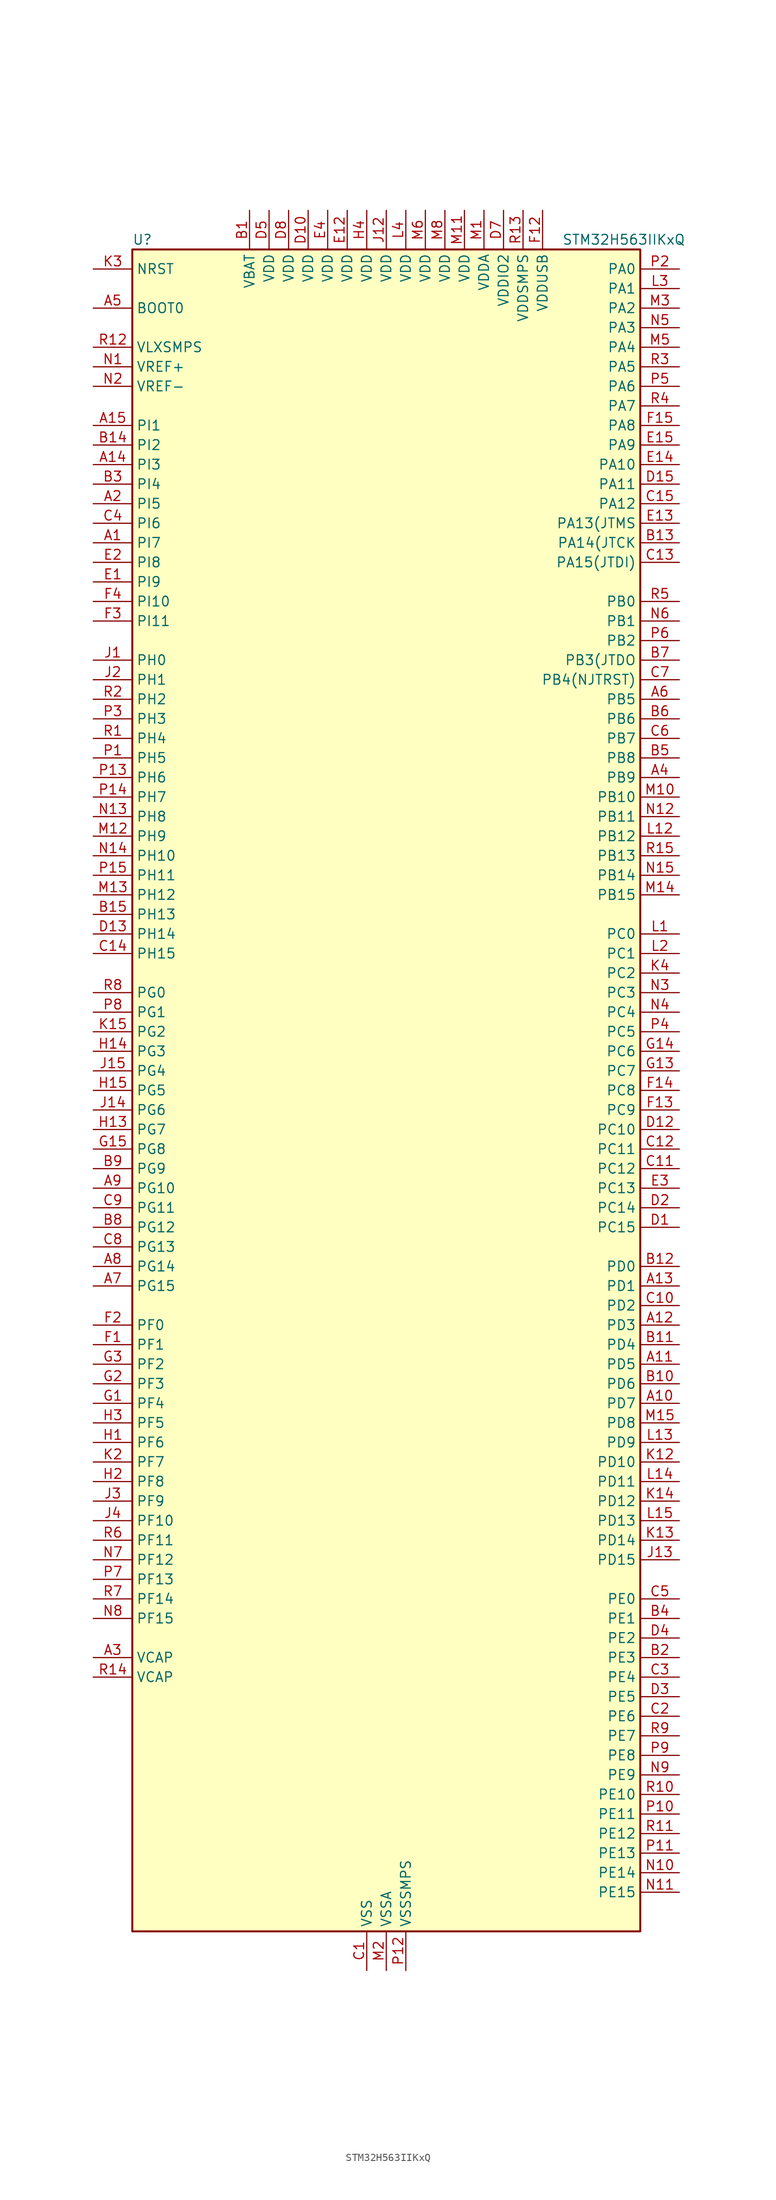
<source format=kicad_sym>
(kicad_symbol_lib
  (version 20231120)
  (generator "kicad-library-utils")
  (generator_version "8.0")
  (symbol "STM32H563IIKxQ"
    (property "Reference" "U"
      (at -33.02 110.49 0)
      (effects (font (size 1.27 1.27)) (justify left)))
    (property "Value" "STM32H563IIKxQ"
      (at 22.86 110.49 0)
      (effects (font (size 1.27 1.27)) (justify left)))
    (symbol "STM32H563IIKxQ_0_1"
      (rectangle (start -33.02 -109.22) (end 33.02 109.22) (stroke (width 0.254) (type default)) (fill (type background))))
    (symbol "STM32H563IIKxQ_1_1"
      (pin bidirectional line (at -38.1 71.12 0) (length 5.08) (name "PI7" (effects (font (size 1.27 1.27)))) (number "A1" (effects (font (size 1.27 1.27)))) (alternate "DCMI_D7" bidirectional line) (alternate "PSSI_D7" bidirectional line) (alternate "SAI2_FS_A" bidirectional line) (alternate "TIM8_CH3" bidirectional line))
      (pin bidirectional line (at 38.1 -40.64 180) (length 5.08) (name "PD7" (effects (font (size 1.27 1.27)))) (number "A10" (effects (font (size 1.27 1.27)))) (alternate "FMC_NCE" bidirectional line) (alternate "FMC_NE1" bidirectional line) (alternate "I2S1_SDO" bidirectional line) (alternate "LPTIM4_OUT" bidirectional line) (alternate "OCTOSPI1_IO7" bidirectional line) (alternate "SDMMC2_CMD" bidirectional line) (alternate "SPI1_MOSI" bidirectional line) (alternate "USART2_CK" bidirectional line))
      (pin bidirectional line (at 38.1 -35.56 180) (length 5.08) (name "PD5" (effects (font (size 1.27 1.27)))) (number "A11" (effects (font (size 1.27 1.27)))) (alternate "FDCAN1_TX" bidirectional line) (alternate "FMC_NWE" bidirectional line) (alternate "OCTOSPI1_IO5" bidirectional line) (alternate "SPI2_RDY" bidirectional line) (alternate "TIM1_CH4N" bidirectional line) (alternate "USART2_TX" bidirectional line))
      (pin bidirectional line (at 38.1 -30.48 180) (length 5.08) (name "PD3" (effects (font (size 1.27 1.27)))) (number "A12" (effects (font (size 1.27 1.27)))) (alternate "DCMI_D5" bidirectional line) (alternate "FMC_CLK" bidirectional line) (alternate "I2S2_CK" bidirectional line) (alternate "PSSI_D5" bidirectional line) (alternate "PWR_WKUP8" bidirectional line) (alternate "SPI2_SCK" bidirectional line) (alternate "USART2_CTS" bidirectional line) (alternate "USART2_NSS" bidirectional line))
      (pin bidirectional line (at 38.1 -25.4 180) (length 5.08) (name "PD1" (effects (font (size 1.27 1.27)))) (number "A13" (effects (font (size 1.27 1.27)))) (alternate "FDCAN1_TX" bidirectional line) (alternate "FMC_D3" bidirectional line) (alternate "FMC_DA3" bidirectional line) (alternate "UART4_TX" bidirectional line))
      (pin bidirectional line (at -38.1 81.28 0) (length 5.08) (name "PI3" (effects (font (size 1.27 1.27)))) (number "A14" (effects (font (size 1.27 1.27)))) (alternate "DCMI_D10" bidirectional line) (alternate "I2S2_SDO" bidirectional line) (alternate "PSSI_D10" bidirectional line) (alternate "SPI2_MOSI" bidirectional line) (alternate "TIM8_ETR" bidirectional line))
      (pin bidirectional line (at -38.1 86.36 0) (length 5.08) (name "PI1" (effects (font (size 1.27 1.27)))) (number "A15" (effects (font (size 1.27 1.27)))) (alternate "DCMI_D8" bidirectional line) (alternate "I2S2_CK" bidirectional line) (alternate "PSSI_D8" bidirectional line) (alternate "SPI2_SCK" bidirectional line) (alternate "TIM8_BKIN2" bidirectional line))
      (pin bidirectional line (at -38.1 76.2 0) (length 5.08) (name "PI5" (effects (font (size 1.27 1.27)))) (number "A2" (effects (font (size 1.27 1.27)))) (alternate "DCMI_VSYNC" bidirectional line) (alternate "PSSI_RDY" bidirectional line) (alternate "SAI2_SCK_A" bidirectional line) (alternate "TIM8_CH1" bidirectional line))
      (pin power_out line (at -38.1 -73.66 0) (length 5.08) (name "VCAP" (effects (font (size 1.27 1.27)))) (number "A3" (effects (font (size 1.27 1.27)))))
      (pin bidirectional line (at 38.1 40.64 180) (length 5.08) (name "PB9" (effects (font (size 1.27 1.27)))) (number "A4" (effects (font (size 1.27 1.27)))) (alternate "DAC1_EXTI9" bidirectional line) (alternate "DCMI_D7" bidirectional line) (alternate "FDCAN1_TX" bidirectional line) (alternate "I2C1_SDA" bidirectional line) (alternate "I2C4_SDA" bidirectional line) (alternate "I2S2_WS" bidirectional line) (alternate "I3C1_SDA" bidirectional line) (alternate "PSSI_D7" bidirectional line) (alternate "SDMMC1_CDIR" bidirectional line) (alternate "SDMMC1_D5" bidirectional line) (alternate "SDMMC2_CKIN" bidirectional line) (alternate "SDMMC2_D5" bidirectional line) (alternate "SPI2_NSS" bidirectional line) (alternate "TIM17_CH1" bidirectional line) (alternate "TIM4_CH4" bidirectional line) (alternate "UART4_TX" bidirectional line))
      (pin input line (at -38.1 101.6 0) (length 5.08) (name "BOOT0" (effects (font (size 1.27 1.27)))) (number "A5" (effects (font (size 1.27 1.27)))))
      (pin bidirectional line (at 38.1 50.8 180) (length 5.08) (name "PB5" (effects (font (size 1.27 1.27)))) (number "A6" (effects (font (size 1.27 1.27)))) (alternate "DCMI_D10" bidirectional line) (alternate "ETH_PPS_OUT" bidirectional line) (alternate "FDCAN2_RX" bidirectional line) (alternate "FMC_SDCKE1" bidirectional line) (alternate "I2C1_SMBA" bidirectional line) (alternate "I2C4_SMBA" bidirectional line) (alternate "I2S1_SDO" bidirectional line) (alternate "I2S3_SDO" bidirectional line) (alternate "OCTOSPI1_NCLK" bidirectional line) (alternate "PSSI_D10" bidirectional line) (alternate "SPI1_MOSI" bidirectional line) (alternate "SPI3_MOSI" bidirectional line) (alternate "SPI6_MOSI" bidirectional line) (alternate "TIM17_BKIN" bidirectional line) (alternate "TIM3_CH2" bidirectional line) (alternate "UART5_RX" bidirectional line))
      (pin bidirectional line (at -38.1 -25.4 0) (length 5.08) (name "PG15" (effects (font (size 1.27 1.27)))) (number "A7" (effects (font (size 1.27 1.27)))) (alternate "ADC1_EXTI15" bidirectional line) (alternate "ADC2_EXTI15" bidirectional line) (alternate "DCMI_D13" bidirectional line) (alternate "FMC_SDNCAS" bidirectional line) (alternate "PSSI_D13" bidirectional line) (alternate "SPI4_RDY" bidirectional line) (alternate "USART10_CK" bidirectional line) (alternate "USART6_CTS" bidirectional line) (alternate "USART6_NSS" bidirectional line))
      (pin bidirectional line (at -38.1 -22.86 0) (length 5.08) (name "PG14" (effects (font (size 1.27 1.27)))) (number "A8" (effects (font (size 1.27 1.27)))) (alternate "DEBUG_TRACED1" bidirectional line) (alternate "ETH_TXD1" bidirectional line) (alternate "FMC_A25" bidirectional line) (alternate "LPTIM1_CH2" bidirectional line) (alternate "LPTIM1_ETR" bidirectional line) (alternate "LPTIM5_IN1" bidirectional line) (alternate "OCTOSPI1_IO7" bidirectional line) (alternate "SDMMC2_D7" bidirectional line) (alternate "SPI6_MOSI" bidirectional line) (alternate "USART10_RTS" bidirectional line) (alternate "USART6_TX" bidirectional line))
      (pin bidirectional line (at -38.1 -12.7 0) (length 5.08) (name "PG10" (effects (font (size 1.27 1.27)))) (number "A9" (effects (font (size 1.27 1.27)))) (alternate "DCMI_D2" bidirectional line) (alternate "FMC_NE3" bidirectional line) (alternate "I2S1_WS" bidirectional line) (alternate "PSSI_D2" bidirectional line) (alternate "SAI2_SD_B" bidirectional line) (alternate "SDMMC2_D1" bidirectional line) (alternate "SPI1_NSS" bidirectional line))
      (pin power_in line (at -17.78 114.3 270) (length 5.08) (name "VBAT" (effects (font (size 1.27 1.27)))) (number "B1" (effects (font (size 1.27 1.27)))))
      (pin bidirectional line (at 38.1 -38.1 180) (length 5.08) (name "PD6" (effects (font (size 1.27 1.27)))) (number "B10" (effects (font (size 1.27 1.27)))) (alternate "DCMI_D10" bidirectional line) (alternate "FMC_NWAIT" bidirectional line) (alternate "I2S3_SDO" bidirectional line) (alternate "OCTOSPI1_IO6" bidirectional line) (alternate "PSSI_D10" bidirectional line) (alternate "SAI1_D1" bidirectional line) (alternate "SAI1_SD_A" bidirectional line) (alternate "SDMMC2_CK" bidirectional line) (alternate "SPI3_MOSI" bidirectional line) (alternate "USART2_RX" bidirectional line))
      (pin bidirectional line (at 38.1 -33.02 180) (length 5.08) (name "PD4" (effects (font (size 1.27 1.27)))) (number "B11" (effects (font (size 1.27 1.27)))) (alternate "FMC_NOE" bidirectional line) (alternate "OCTOSPI1_IO4" bidirectional line) (alternate "USART2_RTS" bidirectional line))
      (pin bidirectional line (at 38.1 -22.86 180) (length 5.08) (name "PD0" (effects (font (size 1.27 1.27)))) (number "B12" (effects (font (size 1.27 1.27)))) (alternate "FDCAN1_RX" bidirectional line) (alternate "FMC_D2" bidirectional line) (alternate "FMC_DA2" bidirectional line) (alternate "TIM8_CH4N" bidirectional line) (alternate "UART4_RX" bidirectional line) (alternate "UART9_CTS" bidirectional line))
      (pin bidirectional line (at 38.1 71.12 180) (length 5.08) (name "PA14(JTCK" (effects (font (size 1.27 1.27)))) (number "B13" (effects (font (size 1.27 1.27)))) (alternate "DEBUG_JTCK-SWCLK" bidirectional line))
      (pin bidirectional line (at -38.1 83.82 0) (length 5.08) (name "PI2" (effects (font (size 1.27 1.27)))) (number "B14" (effects (font (size 1.27 1.27)))) (alternate "DCMI_D9" bidirectional line) (alternate "I2S2_SDI" bidirectional line) (alternate "PSSI_D9" bidirectional line) (alternate "SPI2_MISO" bidirectional line) (alternate "TIM8_CH4" bidirectional line))
      (pin bidirectional line (at -38.1 22.86 0) (length 5.08) (name "PH13" (effects (font (size 1.27 1.27)))) (number "B15" (effects (font (size 1.27 1.27)))) (alternate "DCMI_D3" bidirectional line) (alternate "FDCAN1_TX" bidirectional line) (alternate "LPTIM1_IN2" bidirectional line) (alternate "PSSI_D3" bidirectional line) (alternate "TIM8_CH1N" bidirectional line) (alternate "UART4_TX" bidirectional line) (alternate "UART8_TX" bidirectional line))
      (pin bidirectional line (at 38.1 -73.66 180) (length 5.08) (name "PE3" (effects (font (size 1.27 1.27)))) (number "B2" (effects (font (size 1.27 1.27)))) (alternate "DEBUG_TRACED0" bidirectional line) (alternate "FMC_A19" bidirectional line) (alternate "SAI1_SD_B" bidirectional line) (alternate "TAMP_IN6" bidirectional line) (alternate "TAMP_OUT3" bidirectional line) (alternate "TIM15_BKIN" bidirectional line) (alternate "USART10_TX" bidirectional line))
      (pin bidirectional line (at -38.1 78.74 0) (length 5.08) (name "PI4" (effects (font (size 1.27 1.27)))) (number "B3" (effects (font (size 1.27 1.27)))) (alternate "DCMI_D5" bidirectional line) (alternate "PSSI_D5" bidirectional line) (alternate "SAI2_MCLK_A" bidirectional line) (alternate "SPI2_RDY" bidirectional line) (alternate "TIM8_BKIN" bidirectional line))
      (pin bidirectional line (at 38.1 -68.58 180) (length 5.08) (name "PE1" (effects (font (size 1.27 1.27)))) (number "B4" (effects (font (size 1.27 1.27)))) (alternate "DCMI_D3" bidirectional line) (alternate "FDCAN1_TX" bidirectional line) (alternate "FMC_NBL1" bidirectional line) (alternate "LPTIM1_IN2" bidirectional line) (alternate "PSSI_D3" bidirectional line) (alternate "UART8_TX" bidirectional line))
      (pin bidirectional line (at 38.1 43.18 180) (length 5.08) (name "PB8" (effects (font (size 1.27 1.27)))) (number "B5" (effects (font (size 1.27 1.27)))) (alternate "DCMI_D6" bidirectional line) (alternate "ETH_TXD3" bidirectional line) (alternate "FDCAN1_RX" bidirectional line) (alternate "I2C1_SCL" bidirectional line) (alternate "I2C4_SCL" bidirectional line) (alternate "I3C1_SCL" bidirectional line) (alternate "PSSI_D6" bidirectional line) (alternate "SDMMC1_CKIN" bidirectional line) (alternate "SDMMC1_D4" bidirectional line) (alternate "SDMMC2_D4" bidirectional line) (alternate "SPI4_RDY" bidirectional line) (alternate "TIM16_CH1" bidirectional line) (alternate "TIM4_CH3" bidirectional line) (alternate "UART4_RX" bidirectional line))
      (pin bidirectional line (at 38.1 48.26 180) (length 5.08) (name "PB6" (effects (font (size 1.27 1.27)))) (number "B6" (effects (font (size 1.27 1.27)))) (alternate "CEC" bidirectional line) (alternate "DCMI_D5" bidirectional line) (alternate "FDCAN2_TX" bidirectional line) (alternate "FMC_SDNE1" bidirectional line) (alternate "I2C1_SCL" bidirectional line) (alternate "I2C4_SCL" bidirectional line) (alternate "I3C1_SCL" bidirectional line) (alternate "LPUART1_TX" bidirectional line) (alternate "OCTOSPI1_NCS" bidirectional line) (alternate "PSSI_D5" bidirectional line) (alternate "TIM16_CH1N" bidirectional line) (alternate "TIM4_CH1" bidirectional line) (alternate "UART5_TX" bidirectional line) (alternate "USART1_TX" bidirectional line))
      (pin bidirectional line (at 38.1 55.88 180) (length 5.08) (name "PB3(JTDO" (effects (font (size 1.27 1.27)))) (number "B7" (effects (font (size 1.27 1.27)))) (alternate "CRS_SYNC" bidirectional line) (alternate "DEBUG_JTDO-SWO" bidirectional line) (alternate "I2C2_SDA" bidirectional line) (alternate "I2S1_CK" bidirectional line) (alternate "I2S3_CK" bidirectional line) (alternate "LPTIM6_ETR" bidirectional line) (alternate "SDMMC2_D2" bidirectional line) (alternate "SPI1_SCK" bidirectional line) (alternate "SPI3_SCK" bidirectional line) (alternate "SPI6_SCK" bidirectional line) (alternate "TIM2_CH2" bidirectional line) (alternate "UART12_CTS" bidirectional line) (alternate "UART7_RX" bidirectional line))
      (pin bidirectional line (at -38.1 -17.78 0) (length 5.08) (name "PG12" (effects (font (size 1.27 1.27)))) (number "B8" (effects (font (size 1.27 1.27)))) (alternate "DCMI_D11" bidirectional line) (alternate "ETH_TXD1" bidirectional line) (alternate "FMC_NE4" bidirectional line) (alternate "LPTIM1_IN1" bidirectional line) (alternate "LPTIM5_CH1" bidirectional line) (alternate "PSSI_D11" bidirectional line) (alternate "PSSI_D15" bidirectional line) (alternate "SDMMC2_D3" bidirectional line) (alternate "SPI6_MISO" bidirectional line) (alternate "USART10_TX" bidirectional line) (alternate "USART6_RTS" bidirectional line))
      (pin bidirectional line (at -38.1 -10.16 0) (length 5.08) (name "PG9" (effects (font (size 1.27 1.27)))) (number "B9" (effects (font (size 1.27 1.27)))) (alternate "DAC1_EXTI9" bidirectional line) (alternate "DCMI_VSYNC" bidirectional line) (alternate "FMC_NCE" bidirectional line) (alternate "FMC_NE2" bidirectional line) (alternate "I2S1_SDI" bidirectional line) (alternate "OCTOSPI1_IO6" bidirectional line) (alternate "PSSI_RDY" bidirectional line) (alternate "SAI2_FS_B" bidirectional line) (alternate "SDMMC2_D0" bidirectional line) (alternate "SPI1_MISO" bidirectional line) (alternate "USART6_RX" bidirectional line))
      (pin power_in line (at -2.54 -114.3 90) (length 5.08) (name "VSS" (effects (font (size 1.27 1.27)))) (number "C1" (effects (font (size 1.27 1.27)))))
      (pin bidirectional line (at 38.1 -27.94 180) (length 5.08) (name "PD2" (effects (font (size 1.27 1.27)))) (number "C10" (effects (font (size 1.27 1.27)))) (alternate "DCMI_D11" bidirectional line) (alternate "DEBUG_TRACED2" bidirectional line) (alternate "LPTIM4_ETR" bidirectional line) (alternate "PSSI_D11" bidirectional line) (alternate "PWR_WKUP7" bidirectional line) (alternate "SDMMC1_CMD" bidirectional line) (alternate "TIM15_BKIN" bidirectional line) (alternate "TIM3_ETR" bidirectional line) (alternate "UART5_RX" bidirectional line))
      (pin bidirectional line (at 38.1 -10.16 180) (length 5.08) (name "PC12" (effects (font (size 1.27 1.27)))) (number "C11" (effects (font (size 1.27 1.27)))) (alternate "DCMI_D9" bidirectional line) (alternate "DEBUG_TRACED3" bidirectional line) (alternate "I2S3_SDO" bidirectional line) (alternate "PSSI_D9" bidirectional line) (alternate "SDMMC1_CK" bidirectional line) (alternate "SPI3_MOSI" bidirectional line) (alternate "SPI6_SCK" bidirectional line) (alternate "TIM15_CH1" bidirectional line) (alternate "UART5_TX" bidirectional line) (alternate "USART3_CK" bidirectional line))
      (pin bidirectional line (at 38.1 -7.62 180) (length 5.08) (name "PC11" (effects (font (size 1.27 1.27)))) (number "C12" (effects (font (size 1.27 1.27)))) (alternate "ADC1_EXTI11" bidirectional line) (alternate "ADC2_EXTI11" bidirectional line) (alternate "DCMI_D4" bidirectional line) (alternate "I2S3_SDI" bidirectional line) (alternate "LPTIM3_IN1" bidirectional line) (alternate "OCTOSPI1_NCS" bidirectional line) (alternate "PSSI_D4" bidirectional line) (alternate "SDMMC1_D3" bidirectional line) (alternate "SPI3_MISO" bidirectional line) (alternate "UART4_RX" bidirectional line) (alternate "USART3_RX" bidirectional line))
      (pin bidirectional line (at 38.1 68.58 180) (length 5.08) (name "PA15(JTDI)" (effects (font (size 1.27 1.27)))) (number "C13" (effects (font (size 1.27 1.27)))) (alternate "ADC1_EXTI15" bidirectional line) (alternate "ADC2_EXTI15" bidirectional line) (alternate "CEC" bidirectional line) (alternate "DCMI_D11" bidirectional line) (alternate "DEBUG_JTDI" bidirectional line) (alternate "FMC_NBL1" bidirectional line) (alternate "I2S1_WS" bidirectional line) (alternate "I2S3_WS" bidirectional line) (alternate "LPTIM3_IN2" bidirectional line) (alternate "PSSI_D11" bidirectional line) (alternate "SPI1_NSS" bidirectional line) (alternate "SPI3_NSS" bidirectional line) (alternate "SPI6_NSS" bidirectional line) (alternate "TIM2_CH1" bidirectional line) (alternate "TIM2_ETR" bidirectional line) (alternate "UART4_DE" bidirectional line) (alternate "UART4_RTS" bidirectional line) (alternate "UART7_TX" bidirectional line))
      (pin bidirectional line (at -38.1 17.78 0) (length 5.08) (name "PH15" (effects (font (size 1.27 1.27)))) (number "C14" (effects (font (size 1.27 1.27)))) (alternate "ADC1_EXTI15" bidirectional line) (alternate "ADC2_EXTI15" bidirectional line) (alternate "DCMI_D11" bidirectional line) (alternate "PSSI_D11" bidirectional line) (alternate "TIM8_CH3N" bidirectional line))
      (pin bidirectional line (at 38.1 76.2 180) (length 5.08) (name "PA12" (effects (font (size 1.27 1.27)))) (number "C15" (effects (font (size 1.27 1.27)))) (alternate "FDCAN1_TX" bidirectional line) (alternate "I2S2_CK" bidirectional line) (alternate "LPUART1_RTS" bidirectional line) (alternate "SAI2_FS_B" bidirectional line) (alternate "SPI2_SCK" bidirectional line) (alternate "TIM1_ETR" bidirectional line) (alternate "UART4_TX" bidirectional line) (alternate "USART1_RTS" bidirectional line) (alternate "USB_DP" bidirectional line))
      (pin bidirectional line (at 38.1 -81.28 180) (length 5.08) (name "PE6" (effects (font (size 1.27 1.27)))) (number "C2" (effects (font (size 1.27 1.27)))) (alternate "DCMI_D7" bidirectional line) (alternate "DEBUG_TRACED3" bidirectional line) (alternate "FMC_A22" bidirectional line) (alternate "PSSI_D7" bidirectional line) (alternate "SAI1_D1" bidirectional line) (alternate "SAI1_SD_A" bidirectional line) (alternate "SAI2_MCLK_B" bidirectional line) (alternate "SPI4_MOSI" bidirectional line) (alternate "TAMP_IN3" bidirectional line) (alternate "TAMP_OUT6" bidirectional line) (alternate "TIM15_CH2" bidirectional line) (alternate "TIM1_BKIN2" bidirectional line))
      (pin bidirectional line (at 38.1 -76.2 180) (length 5.08) (name "PE4" (effects (font (size 1.27 1.27)))) (number "C3" (effects (font (size 1.27 1.27)))) (alternate "DCMI_D4" bidirectional line) (alternate "DEBUG_TRACED1" bidirectional line) (alternate "FMC_A20" bidirectional line) (alternate "PSSI_D4" bidirectional line) (alternate "SAI1_D2" bidirectional line) (alternate "SAI1_FS_A" bidirectional line) (alternate "SPI4_NSS" bidirectional line) (alternate "TAMP_IN7" bidirectional line) (alternate "TAMP_OUT8" bidirectional line) (alternate "TIM15_CH1N" bidirectional line))
      (pin bidirectional line (at -38.1 73.66 0) (length 5.08) (name "PI6" (effects (font (size 1.27 1.27)))) (number "C4" (effects (font (size 1.27 1.27)))) (alternate "DCMI_D6" bidirectional line) (alternate "PSSI_D6" bidirectional line) (alternate "SAI2_SD_A" bidirectional line) (alternate "TIM8_CH2" bidirectional line))
      (pin bidirectional line (at 38.1 -66.04 180) (length 5.08) (name "PE0" (effects (font (size 1.27 1.27)))) (number "C5" (effects (font (size 1.27 1.27)))) (alternate "DCMI_D2" bidirectional line) (alternate "FDCAN1_RX" bidirectional line) (alternate "FMC_NBL0" bidirectional line) (alternate "LPTIM1_ETR" bidirectional line) (alternate "LPTIM2_CH2" bidirectional line) (alternate "LPTIM2_ETR" bidirectional line) (alternate "PSSI_D2" bidirectional line) (alternate "SAI2_MCLK_A" bidirectional line) (alternate "SPI3_RDY" bidirectional line) (alternate "TIM4_ETR" bidirectional line) (alternate "UART8_RX" bidirectional line))
      (pin bidirectional line (at 38.1 45.72 180) (length 5.08) (name "PB7" (effects (font (size 1.27 1.27)))) (number "C6" (effects (font (size 1.27 1.27)))) (alternate "DCMI_VSYNC" bidirectional line) (alternate "FDCAN1_TX" bidirectional line) (alternate "FMC_NL" bidirectional line) (alternate "I2C1_SDA" bidirectional line) (alternate "I2C4_SDA" bidirectional line) (alternate "I3C1_SDA" bidirectional line) (alternate "LPUART1_RX" bidirectional line) (alternate "PSSI_RDY" bidirectional line) (alternate "PWR_WKUP5" bidirectional line) (alternate "SDMMC2_CKIN" bidirectional line) (alternate "SDMMC2_D5" bidirectional line) (alternate "TIM17_CH1N" bidirectional line) (alternate "TIM4_CH2" bidirectional line) (alternate "USART1_RX" bidirectional line))
      (pin bidirectional line (at 38.1 53.34 180) (length 5.08) (name "PB4(NJTRST)" (effects (font (size 1.27 1.27)))) (number "C7" (effects (font (size 1.27 1.27)))) (alternate "DCMI_D7" bidirectional line) (alternate "DEBUG_JTRST" bidirectional line) (alternate "I2S1_SDI" bidirectional line) (alternate "I2S2_WS" bidirectional line) (alternate "I2S3_SDI" bidirectional line) (alternate "LPTIM1_CH2" bidirectional line) (alternate "OCTOSPI1_CLK" bidirectional line) (alternate "PSSI_D7" bidirectional line) (alternate "SDMMC2_D3" bidirectional line) (alternate "SPI1_MISO" bidirectional line) (alternate "SPI2_NSS" bidirectional line) (alternate "SPI3_MISO" bidirectional line) (alternate "SPI6_MISO" bidirectional line) (alternate "TIM16_BKIN" bidirectional line) (alternate "TIM3_CH1" bidirectional line) (alternate "UART7_TX" bidirectional line))
      (pin bidirectional line (at -38.1 -20.32 0) (length 5.08) (name "PG13" (effects (font (size 1.27 1.27)))) (number "C8" (effects (font (size 1.27 1.27)))) (alternate "DEBUG_TRACED0" bidirectional line) (alternate "ETH_TXD0" bidirectional line) (alternate "FMC_A24" bidirectional line) (alternate "LPTIM1_CH1" bidirectional line) (alternate "LPTIM5_CH2" bidirectional line) (alternate "SDMMC2_D6" bidirectional line) (alternate "SPI6_SCK" bidirectional line) (alternate "USART10_CTS" bidirectional line) (alternate "USART10_NSS" bidirectional line) (alternate "USART6_CTS" bidirectional line) (alternate "USART6_NSS" bidirectional line))
      (pin bidirectional line (at -38.1 -15.24 0) (length 5.08) (name "PG11" (effects (font (size 1.27 1.27)))) (number "C9" (effects (font (size 1.27 1.27)))) (alternate "ADC1_EXTI11" bidirectional line) (alternate "ADC2_EXTI11" bidirectional line) (alternate "DCMI_D3" bidirectional line) (alternate "ETH_TX_EN" bidirectional line) (alternate "I2S1_CK" bidirectional line) (alternate "LPTIM1_IN2" bidirectional line) (alternate "PSSI_D3" bidirectional line) (alternate "SDMMC2_D2" bidirectional line) (alternate "SPI1_SCK" bidirectional line) (alternate "USART10_RX" bidirectional line) (alternate "USART11_RTS" bidirectional line))
      (pin bidirectional line (at 38.1 -17.78 180) (length 5.08) (name "PC15" (effects (font (size 1.27 1.27)))) (number "D1" (effects (font (size 1.27 1.27)))) (alternate "ADC1_EXTI15" bidirectional line) (alternate "ADC2_EXTI15" bidirectional line) (alternate "RCC_OSC32_OUT" bidirectional line))
      (pin power_in line (at -10.16 114.3 270) (length 5.08) (name "VDD" (effects (font (size 1.27 1.27)))) (number "D10" (effects (font (size 1.27 1.27)))))
      (pin passive line (at -2.54 -114.3 90) (length 5.08) hide (name "VSS" (effects (font (size 1.27 1.27)))) (number "D11" (effects (font (size 1.27 1.27)))))
      (pin bidirectional line (at 38.1 -5.08 180) (length 5.08) (name "PC10" (effects (font (size 1.27 1.27)))) (number "D12" (effects (font (size 1.27 1.27)))) (alternate "DCMI_D8" bidirectional line) (alternate "ETH_TXD0" bidirectional line) (alternate "I2S3_CK" bidirectional line) (alternate "LPTIM3_ETR" bidirectional line) (alternate "OCTOSPI1_IO1" bidirectional line) (alternate "PSSI_D8" bidirectional line) (alternate "SDMMC1_D2" bidirectional line) (alternate "SPI3_SCK" bidirectional line) (alternate "UART4_TX" bidirectional line) (alternate "USART3_TX" bidirectional line))
      (pin bidirectional line (at -38.1 20.32 0) (length 5.08) (name "PH14" (effects (font (size 1.27 1.27)))) (number "D13" (effects (font (size 1.27 1.27)))) (alternate "DCMI_D4" bidirectional line) (alternate "FDCAN1_RX" bidirectional line) (alternate "PSSI_D4" bidirectional line) (alternate "TIM8_CH2N" bidirectional line) (alternate "UART4_RX" bidirectional line))
      (pin passive line (at -2.54 -114.3 90) (length 5.08) hide (name "VSS" (effects (font (size 1.27 1.27)))) (number "D14" (effects (font (size 1.27 1.27)))))
      (pin bidirectional line (at 38.1 78.74 180) (length 5.08) (name "PA11" (effects (font (size 1.27 1.27)))) (number "D15" (effects (font (size 1.27 1.27)))) (alternate "ADC1_EXTI11" bidirectional line) (alternate "ADC2_EXTI11" bidirectional line) (alternate "FDCAN1_RX" bidirectional line) (alternate "I2S2_WS" bidirectional line) (alternate "LPUART1_CTS" bidirectional line) (alternate "SPI2_NSS" bidirectional line) (alternate "TIM1_CH4" bidirectional line) (alternate "UART4_RX" bidirectional line) (alternate "USART1_CTS" bidirectional line) (alternate "USART1_NSS" bidirectional line) (alternate "USB_DM" bidirectional line))
      (pin bidirectional line (at 38.1 -15.24 180) (length 5.08) (name "PC14" (effects (font (size 1.27 1.27)))) (number "D2" (effects (font (size 1.27 1.27)))) (alternate "RCC_OSC32_IN" bidirectional line))
      (pin bidirectional line (at 38.1 -78.74 180) (length 5.08) (name "PE5" (effects (font (size 1.27 1.27)))) (number "D3" (effects (font (size 1.27 1.27)))) (alternate "DCMI_D6" bidirectional line) (alternate "DEBUG_TRACED2" bidirectional line) (alternate "FMC_A21" bidirectional line) (alternate "PSSI_D6" bidirectional line) (alternate "SAI1_CK2" bidirectional line) (alternate "SAI1_SCK_A" bidirectional line) (alternate "SPI4_MISO" bidirectional line) (alternate "TAMP_IN8" bidirectional line) (alternate "TAMP_OUT7" bidirectional line) (alternate "TIM15_CH1" bidirectional line))
      (pin bidirectional line (at 38.1 -71.12 180) (length 5.08) (name "PE2" (effects (font (size 1.27 1.27)))) (number "D4" (effects (font (size 1.27 1.27)))) (alternate "DCMI_D3" bidirectional line) (alternate "DEBUG_TRACECLK" bidirectional line) (alternate "ETH_TXD3" bidirectional line) (alternate "FMC_A23" bidirectional line) (alternate "LPTIM1_IN2" bidirectional line) (alternate "OCTOSPI1_IO2" bidirectional line) (alternate "PSSI_D3" bidirectional line) (alternate "SAI1_CK1" bidirectional line) (alternate "SAI1_MCLK_A" bidirectional line) (alternate "SPI4_SCK" bidirectional line) (alternate "UART8_TX" bidirectional line) (alternate "USART10_RX" bidirectional line))
      (pin power_in line (at -15.24 114.3 270) (length 5.08) (name "VDD" (effects (font (size 1.27 1.27)))) (number "D5" (effects (font (size 1.27 1.27)))))
      (pin passive line (at -2.54 -114.3 90) (length 5.08) hide (name "VSS" (effects (font (size 1.27 1.27)))) (number "D6" (effects (font (size 1.27 1.27)))))
      (pin power_in line (at 15.24 114.3 270) (length 5.08) (name "VDDIO2" (effects (font (size 1.27 1.27)))) (number "D7" (effects (font (size 1.27 1.27)))))
      (pin power_in line (at -12.7 114.3 270) (length 5.08) (name "VDD" (effects (font (size 1.27 1.27)))) (number "D8" (effects (font (size 1.27 1.27)))))
      (pin passive line (at -2.54 -114.3 90) (length 5.08) hide (name "VSS" (effects (font (size 1.27 1.27)))) (number "D9" (effects (font (size 1.27 1.27)))))
      (pin bidirectional line (at -38.1 66.04 0) (length 5.08) (name "PI9" (effects (font (size 1.27 1.27)))) (number "E1" (effects (font (size 1.27 1.27)))) (alternate "DAC1_EXTI9" bidirectional line) (alternate "FDCAN1_RX" bidirectional line) (alternate "UART4_RX" bidirectional line))
      (pin power_in line (at -5.08 114.3 270) (length 5.08) (name "VDD" (effects (font (size 1.27 1.27)))) (number "E12" (effects (font (size 1.27 1.27)))))
      (pin bidirectional line (at 38.1 73.66 180) (length 5.08) (name "PA13(JTMS" (effects (font (size 1.27 1.27)))) (number "E13" (effects (font (size 1.27 1.27)))) (alternate "DEBUG_JTMS-SWDIO" bidirectional line))
      (pin bidirectional line (at 38.1 81.28 180) (length 5.08) (name "PA10" (effects (font (size 1.27 1.27)))) (number "E14" (effects (font (size 1.27 1.27)))) (alternate "DCMI_D1" bidirectional line) (alternate "FDCAN2_TX" bidirectional line) (alternate "LPTIM2_IN2" bidirectional line) (alternate "LPUART1_RX" bidirectional line) (alternate "PSSI_D1" bidirectional line) (alternate "SDMMC1_D0" bidirectional line) (alternate "TIM1_CH3" bidirectional line) (alternate "UCPD1_FRSTX" bidirectional line) (alternate "USART1_RX" bidirectional line))
      (pin bidirectional line (at 38.1 83.82 180) (length 5.08) (name "PA9" (effects (font (size 1.27 1.27)))) (number "E15" (effects (font (size 1.27 1.27)))) (alternate "DAC1_EXTI9" bidirectional line) (alternate "DCMI_D0" bidirectional line) (alternate "ETH_TX_ER" bidirectional line) (alternate "FMC_NWE" bidirectional line) (alternate "I2C3_SMBA" bidirectional line) (alternate "I2S2_CK" bidirectional line) (alternate "LPUART1_TX" bidirectional line) (alternate "PSSI_D0" bidirectional line) (alternate "SPI2_SCK" bidirectional line) (alternate "TIM1_CH2" bidirectional line) (alternate "UCPD1_DB1" bidirectional line) (alternate "USART1_TX" bidirectional line))
      (pin bidirectional line (at -38.1 68.58 0) (length 5.08) (name "PI8" (effects (font (size 1.27 1.27)))) (number "E2" (effects (font (size 1.27 1.27)))) (alternate "PWR_WKUP3" bidirectional line) (alternate "RTC_OUT2" bidirectional line) (alternate "TAMP_IN2" bidirectional line) (alternate "TAMP_OUT3" bidirectional line))
      (pin bidirectional line (at 38.1 -12.7 180) (length 5.08) (name "PC13" (effects (font (size 1.27 1.27)))) (number "E3" (effects (font (size 1.27 1.27)))) (alternate "PWR_WKUP4" bidirectional line) (alternate "RTC_OUT1" bidirectional line) (alternate "RTC_TS" bidirectional line) (alternate "TAMP_IN1" bidirectional line) (alternate "TAMP_OUT2" bidirectional line) (alternate "TAMP_OUT3" bidirectional line))
      (pin power_in line (at -7.62 114.3 270) (length 5.08) (name "VDD" (effects (font (size 1.27 1.27)))) (number "E4" (effects (font (size 1.27 1.27)))))
      (pin bidirectional line (at -38.1 -33.02 0) (length 5.08) (name "PF1" (effects (font (size 1.27 1.27)))) (number "F1" (effects (font (size 1.27 1.27)))) (alternate "FMC_A1" bidirectional line) (alternate "I2C2_SCL" bidirectional line) (alternate "LPTIM5_CH2" bidirectional line))
      (pin passive line (at -2.54 -114.3 90) (length 5.08) hide (name "VSS" (effects (font (size 1.27 1.27)))) (number "F10" (effects (font (size 1.27 1.27)))))
      (pin power_in line (at 20.32 114.3 270) (length 5.08) (name "VDDUSB" (effects (font (size 1.27 1.27)))) (number "F12" (effects (font (size 1.27 1.27)))))
      (pin bidirectional line (at 38.1 -2.54 180) (length 5.08) (name "PC9" (effects (font (size 1.27 1.27)))) (number "F13" (effects (font (size 1.27 1.27)))) (alternate "AUDIOCLK" bidirectional line) (alternate "DAC1_EXTI9" bidirectional line) (alternate "DCMI_D3" bidirectional line) (alternate "FMC_CLE" bidirectional line) (alternate "I2C3_SDA" bidirectional line) (alternate "OCTOSPI1_IO0" bidirectional line) (alternate "PSSI_D3" bidirectional line) (alternate "RCC_MCO_2" bidirectional line) (alternate "SDMMC1_D1" bidirectional line) (alternate "TIM3_CH4" bidirectional line) (alternate "TIM8_CH4" bidirectional line) (alternate "UART5_CTS" bidirectional line) (alternate "UCPD1_DB2" bidirectional line))
      (pin bidirectional line (at 38.1 0 180) (length 5.08) (name "PC8" (effects (font (size 1.27 1.27)))) (number "F14" (effects (font (size 1.27 1.27)))) (alternate "DCMI_D2" bidirectional line) (alternate "DEBUG_TRACED1" bidirectional line) (alternate "FMC_ALE" bidirectional line) (alternate "FMC_INT" bidirectional line) (alternate "FMC_NCE" bidirectional line) (alternate "FMC_NE2" bidirectional line) (alternate "PSSI_D2" bidirectional line) (alternate "SDMMC1_D0" bidirectional line) (alternate "TIM3_CH3" bidirectional line) (alternate "TIM8_CH3" bidirectional line) (alternate "UART5_DE" bidirectional line) (alternate "UART5_RTS" bidirectional line) (alternate "USART6_CK" bidirectional line))
      (pin bidirectional line (at 38.1 86.36 180) (length 5.08) (name "PA8" (effects (font (size 1.27 1.27)))) (number "F15" (effects (font (size 1.27 1.27)))) (alternate "DCMI_D3" bidirectional line) (alternate "FMC_NOE" bidirectional line) (alternate "I2C3_SCL" bidirectional line) (alternate "PSSI_D3" bidirectional line) (alternate "RCC_MCO_1" bidirectional line) (alternate "SPI1_RDY" bidirectional line) (alternate "TIM1_CH1" bidirectional line) (alternate "TIM8_BKIN2" bidirectional line) (alternate "UART7_RX" bidirectional line) (alternate "USART1_CK" bidirectional line) (alternate "USB_SOF" bidirectional line))
      (pin bidirectional line (at -38.1 -30.48 0) (length 5.08) (name "PF0" (effects (font (size 1.27 1.27)))) (number "F2" (effects (font (size 1.27 1.27)))) (alternate "FMC_A0" bidirectional line) (alternate "I2C2_SDA" bidirectional line) (alternate "LPTIM5_CH1" bidirectional line))
      (pin bidirectional line (at -38.1 60.96 0) (length 5.08) (name "PI11" (effects (font (size 1.27 1.27)))) (number "F3" (effects (font (size 1.27 1.27)))) (alternate "ADC1_EXTI11" bidirectional line) (alternate "ADC2_EXTI11" bidirectional line) (alternate "PSSI_D15" bidirectional line) (alternate "TAMP_IN4" bidirectional line) (alternate "TAMP_OUT5" bidirectional line))
      (pin bidirectional line (at -38.1 63.5 0) (length 5.08) (name "PI10" (effects (font (size 1.27 1.27)))) (number "F4" (effects (font (size 1.27 1.27)))) (alternate "ETH_RX_ER" bidirectional line) (alternate "FDCAN1_RX" bidirectional line) (alternate "PSSI_D14" bidirectional line))
      (pin passive line (at -2.54 -114.3 90) (length 5.08) hide (name "VSS" (effects (font (size 1.27 1.27)))) (number "F6" (effects (font (size 1.27 1.27)))))
      (pin passive line (at -2.54 -114.3 90) (length 5.08) hide (name "VSS" (effects (font (size 1.27 1.27)))) (number "F7" (effects (font (size 1.27 1.27)))))
      (pin passive line (at -2.54 -114.3 90) (length 5.08) hide (name "VSS" (effects (font (size 1.27 1.27)))) (number "F8" (effects (font (size 1.27 1.27)))))
      (pin passive line (at -2.54 -114.3 90) (length 5.08) hide (name "VSS" (effects (font (size 1.27 1.27)))) (number "F9" (effects (font (size 1.27 1.27)))))
      (pin bidirectional line (at -38.1 -40.64 0) (length 5.08) (name "PF4" (effects (font (size 1.27 1.27)))) (number "G1" (effects (font (size 1.27 1.27)))) (alternate "FMC_A4" bidirectional line) (alternate "LPTIM3_ETR" bidirectional line) (alternate "USART11_RX" bidirectional line))
      (pin passive line (at -2.54 -114.3 90) (length 5.08) hide (name "VSS" (effects (font (size 1.27 1.27)))) (number "G10" (effects (font (size 1.27 1.27)))))
      (pin passive line (at -2.54 -114.3 90) (length 5.08) hide (name "VSS" (effects (font (size 1.27 1.27)))) (number "G12" (effects (font (size 1.27 1.27)))))
      (pin bidirectional line (at 38.1 2.54 180) (length 5.08) (name "PC7" (effects (font (size 1.27 1.27)))) (number "G13" (effects (font (size 1.27 1.27)))) (alternate "DCMI_D1" bidirectional line) (alternate "DEBUG_TRGIO" bidirectional line) (alternate "FMC_NE1" bidirectional line) (alternate "I2S3_MCK" bidirectional line) (alternate "OCTOSPI1_IO6" bidirectional line) (alternate "PSSI_D1" bidirectional line) (alternate "SDMMC1_D123DIR" bidirectional line) (alternate "SDMMC1_D7" bidirectional line) (alternate "SDMMC2_D7" bidirectional line) (alternate "TIM3_CH2" bidirectional line) (alternate "TIM8_CH2" bidirectional line) (alternate "USART6_RX" bidirectional line))
      (pin bidirectional line (at 38.1 5.08 180) (length 5.08) (name "PC6" (effects (font (size 1.27 1.27)))) (number "G14" (effects (font (size 1.27 1.27)))) (alternate "DCMI_D0" bidirectional line) (alternate "FMC_NWAIT" bidirectional line) (alternate "I2S2_MCK" bidirectional line) (alternate "OCTOSPI1_IO5" bidirectional line) (alternate "PSSI_D0" bidirectional line) (alternate "SAI1_SCK_A" bidirectional line) (alternate "SDMMC1_D0DIR" bidirectional line) (alternate "SDMMC1_D6" bidirectional line) (alternate "SDMMC2_D6" bidirectional line) (alternate "TIM3_CH1" bidirectional line) (alternate "TIM8_CH1" bidirectional line) (alternate "USART6_TX" bidirectional line))
      (pin bidirectional line (at -38.1 -7.62 0) (length 5.08) (name "PG8" (effects (font (size 1.27 1.27)))) (number "G15" (effects (font (size 1.27 1.27)))) (alternate "ETH_PPS_OUT" bidirectional line) (alternate "FMC_SDCLK" bidirectional line) (alternate "SPI6_NSS" bidirectional line) (alternate "TIM8_ETR" bidirectional line) (alternate "USART6_RTS" bidirectional line))
      (pin bidirectional line (at -38.1 -38.1 0) (length 5.08) (name "PF3" (effects (font (size 1.27 1.27)))) (number "G2" (effects (font (size 1.27 1.27)))) (alternate "FMC_A3" bidirectional line) (alternate "LPTIM3_IN1" bidirectional line) (alternate "LPTIM5_IN2" bidirectional line) (alternate "USART11_TX" bidirectional line))
      (pin bidirectional line (at -38.1 -35.56 0) (length 5.08) (name "PF2" (effects (font (size 1.27 1.27)))) (number "G3" (effects (font (size 1.27 1.27)))) (alternate "FMC_A2" bidirectional line) (alternate "I2C2_SMBA" bidirectional line) (alternate "LPTIM3_CH2" bidirectional line) (alternate "LPTIM3_IN2" bidirectional line) (alternate "LPTIM5_IN1" bidirectional line) (alternate "UART12_TX" bidirectional line) (alternate "USART11_CK" bidirectional line))
      (pin passive line (at -2.54 -114.3 90) (length 5.08) hide (name "VSS" (effects (font (size 1.27 1.27)))) (number "G4" (effects (font (size 1.27 1.27)))))
      (pin passive line (at -2.54 -114.3 90) (length 5.08) hide (name "VSS" (effects (font (size 1.27 1.27)))) (number "G6" (effects (font (size 1.27 1.27)))))
      (pin passive line (at -2.54 -114.3 90) (length 5.08) hide (name "VSS" (effects (font (size 1.27 1.27)))) (number "G7" (effects (font (size 1.27 1.27)))))
      (pin passive line (at -2.54 -114.3 90) (length 5.08) hide (name "VSS" (effects (font (size 1.27 1.27)))) (number "G8" (effects (font (size 1.27 1.27)))))
      (pin passive line (at -2.54 -114.3 90) (length 5.08) hide (name "VSS" (effects (font (size 1.27 1.27)))) (number "G9" (effects (font (size 1.27 1.27)))))
      (pin bidirectional line (at -38.1 -45.72 0) (length 5.08) (name "PF6" (effects (font (size 1.27 1.27)))) (number "H1" (effects (font (size 1.27 1.27)))) (alternate "LPTIM5_CH1" bidirectional line) (alternate "OCTOSPI1_IO3" bidirectional line) (alternate "SAI1_SD_B" bidirectional line) (alternate "SPI5_NSS" bidirectional line) (alternate "TIM16_CH1" bidirectional line) (alternate "UART7_RX" bidirectional line))
      (pin passive line (at -2.54 -114.3 90) (length 5.08) hide (name "VSS" (effects (font (size 1.27 1.27)))) (number "H10" (effects (font (size 1.27 1.27)))))
      (pin passive line (at -2.54 -114.3 90) (length 5.08) hide (name "VSS" (effects (font (size 1.27 1.27)))) (number "H12" (effects (font (size 1.27 1.27)))))
      (pin bidirectional line (at -38.1 -5.08 0) (length 5.08) (name "PG7" (effects (font (size 1.27 1.27)))) (number "H13" (effects (font (size 1.27 1.27)))) (alternate "DCMI_D13" bidirectional line) (alternate "FMC_INT" bidirectional line) (alternate "I2C4_SCL" bidirectional line) (alternate "I3C1_SCL" bidirectional line) (alternate "PSSI_D13" bidirectional line) (alternate "SAI1_CK2" bidirectional line) (alternate "SAI1_MCLK_A" bidirectional line) (alternate "UCPD1_FRSTX" bidirectional line) (alternate "USART6_CK" bidirectional line))
      (pin bidirectional line (at -38.1 5.08 0) (length 5.08) (name "PG3" (effects (font (size 1.27 1.27)))) (number "H14" (effects (font (size 1.27 1.27)))) (alternate "FMC_A13" bidirectional line) (alternate "LPTIM5_ETR" bidirectional line) (alternate "TIM8_BKIN2" bidirectional line) (alternate "UART12_TX" bidirectional line))
      (pin bidirectional line (at -38.1 0 0) (length 5.08) (name "PG5" (effects (font (size 1.27 1.27)))) (number "H15" (effects (font (size 1.27 1.27)))) (alternate "FMC_A15" bidirectional line) (alternate "FMC_BA1" bidirectional line) (alternate "TIM1_ETR" bidirectional line))
      (pin bidirectional line (at -38.1 -50.8 0) (length 5.08) (name "PF8" (effects (font (size 1.27 1.27)))) (number "H2" (effects (font (size 1.27 1.27)))) (alternate "LPTIM5_IN1" bidirectional line) (alternate "OCTOSPI1_IO0" bidirectional line) (alternate "SAI1_SCK_B" bidirectional line) (alternate "SPI5_MISO" bidirectional line) (alternate "TIM13_CH1" bidirectional line) (alternate "TIM16_CH1N" bidirectional line) (alternate "UART7_RTS" bidirectional line))
      (pin bidirectional line (at -38.1 -43.18 0) (length 5.08) (name "PF5" (effects (font (size 1.27 1.27)))) (number "H3" (effects (font (size 1.27 1.27)))) (alternate "FMC_A5" bidirectional line) (alternate "I2C4_SCL" bidirectional line) (alternate "I3C1_SCL" bidirectional line) (alternate "LPTIM3_CH1" bidirectional line) (alternate "LPTIM3_IN1" bidirectional line) (alternate "UART12_RX" bidirectional line) (alternate "USART11_CTS" bidirectional line) (alternate "USART11_NSS" bidirectional line))
      (pin power_in line (at -2.54 114.3 270) (length 5.08) (name "VDD" (effects (font (size 1.27 1.27)))) (number "H4" (effects (font (size 1.27 1.27)))))
      (pin passive line (at -2.54 -114.3 90) (length 5.08) hide (name "VSS" (effects (font (size 1.27 1.27)))) (number "H6" (effects (font (size 1.27 1.27)))))
      (pin passive line (at -2.54 -114.3 90) (length 5.08) hide (name "VSS" (effects (font (size 1.27 1.27)))) (number "H7" (effects (font (size 1.27 1.27)))))
      (pin passive line (at -2.54 -114.3 90) (length 5.08) hide (name "VSS" (effects (font (size 1.27 1.27)))) (number "H8" (effects (font (size 1.27 1.27)))))
      (pin passive line (at -2.54 -114.3 90) (length 5.08) hide (name "VSS" (effects (font (size 1.27 1.27)))) (number "H9" (effects (font (size 1.27 1.27)))))
      (pin bidirectional line (at -38.1 55.88 0) (length 5.08) (name "PH0" (effects (font (size 1.27 1.27)))) (number "J1" (effects (font (size 1.27 1.27)))) (alternate "RCC_OSC_IN" bidirectional line))
      (pin passive line (at -2.54 -114.3 90) (length 5.08) hide (name "VSS" (effects (font (size 1.27 1.27)))) (number "J10" (effects (font (size 1.27 1.27)))))
      (pin power_in line (at 0 114.3 270) (length 5.08) (name "VDD" (effects (font (size 1.27 1.27)))) (number "J12" (effects (font (size 1.27 1.27)))))
      (pin bidirectional line (at 38.1 -60.96 180) (length 5.08) (name "PD15" (effects (font (size 1.27 1.27)))) (number "J13" (effects (font (size 1.27 1.27)))) (alternate "ADC1_EXTI15" bidirectional line) (alternate "ADC2_EXTI15" bidirectional line) (alternate "FMC_D1" bidirectional line) (alternate "FMC_DA1" bidirectional line) (alternate "TIM4_CH4" bidirectional line) (alternate "UART8_RTS" bidirectional line) (alternate "UART9_TX" bidirectional line))
      (pin bidirectional line (at -38.1 -2.54 0) (length 5.08) (name "PG6" (effects (font (size 1.27 1.27)))) (number "J14" (effects (font (size 1.27 1.27)))) (alternate "DCMI_D12" bidirectional line) (alternate "FMC_NE3" bidirectional line) (alternate "I2C4_SDA" bidirectional line) (alternate "I3C1_SDA" bidirectional line) (alternate "OCTOSPI1_NCS" bidirectional line) (alternate "PSSI_D12" bidirectional line) (alternate "SPI1_RDY" bidirectional line) (alternate "TIM17_BKIN" bidirectional line) (alternate "UCPD1_FRSTX" bidirectional line))
      (pin bidirectional line (at -38.1 2.54 0) (length 5.08) (name "PG4" (effects (font (size 1.27 1.27)))) (number "J15" (effects (font (size 1.27 1.27)))) (alternate "FMC_A14" bidirectional line) (alternate "FMC_BA0" bidirectional line) (alternate "LPTIM4_ETR" bidirectional line) (alternate "TIM1_BKIN2" bidirectional line))
      (pin bidirectional line (at -38.1 53.34 0) (length 5.08) (name "PH1" (effects (font (size 1.27 1.27)))) (number "J2" (effects (font (size 1.27 1.27)))) (alternate "RCC_OSC_OUT" bidirectional line))
      (pin bidirectional line (at -38.1 -53.34 0) (length 5.08) (name "PF9" (effects (font (size 1.27 1.27)))) (number "J3" (effects (font (size 1.27 1.27)))) (alternate "DAC1_EXTI9" bidirectional line) (alternate "LPTIM5_IN2" bidirectional line) (alternate "OCTOSPI1_IO1" bidirectional line) (alternate "SAI1_FS_B" bidirectional line) (alternate "SPI5_MOSI" bidirectional line) (alternate "TIM14_CH1" bidirectional line) (alternate "TIM17_CH1N" bidirectional line) (alternate "UART7_CTS" bidirectional line))
      (pin bidirectional line (at -38.1 -55.88 0) (length 5.08) (name "PF10" (effects (font (size 1.27 1.27)))) (number "J4" (effects (font (size 1.27 1.27)))) (alternate "DCMI_D11" bidirectional line) (alternate "OCTOSPI1_CLK" bidirectional line) (alternate "PSSI_D11" bidirectional line) (alternate "PSSI_D15" bidirectional line) (alternate "SAI1_D3" bidirectional line) (alternate "TIM16_BKIN" bidirectional line))
      (pin passive line (at -2.54 -114.3 90) (length 5.08) hide (name "VSS" (effects (font (size 1.27 1.27)))) (number "J6" (effects (font (size 1.27 1.27)))))
      (pin passive line (at -2.54 -114.3 90) (length 5.08) hide (name "VSS" (effects (font (size 1.27 1.27)))) (number "J7" (effects (font (size 1.27 1.27)))))
      (pin passive line (at -2.54 -114.3 90) (length 5.08) hide (name "VSS" (effects (font (size 1.27 1.27)))) (number "J8" (effects (font (size 1.27 1.27)))))
      (pin passive line (at -2.54 -114.3 90) (length 5.08) hide (name "VSS" (effects (font (size 1.27 1.27)))) (number "J9" (effects (font (size 1.27 1.27)))))
      (pin passive line (at -2.54 -114.3 90) (length 5.08) hide (name "VSS" (effects (font (size 1.27 1.27)))) (number "K1" (effects (font (size 1.27 1.27)))))
      (pin passive line (at -2.54 -114.3 90) (length 5.08) hide (name "VSS" (effects (font (size 1.27 1.27)))) (number "K10" (effects (font (size 1.27 1.27)))))
      (pin bidirectional line (at 38.1 -48.26 180) (length 5.08) (name "PD10" (effects (font (size 1.27 1.27)))) (number "K12" (effects (font (size 1.27 1.27)))) (alternate "FMC_D15" bidirectional line) (alternate "FMC_DA15" bidirectional line) (alternate "LPTIM2_CH2" bidirectional line) (alternate "USART3_CK" bidirectional line))
      (pin bidirectional line (at 38.1 -58.42 180) (length 5.08) (name "PD14" (effects (font (size 1.27 1.27)))) (number "K13" (effects (font (size 1.27 1.27)))) (alternate "FMC_D0" bidirectional line) (alternate "FMC_DA0" bidirectional line) (alternate "TIM4_CH3" bidirectional line) (alternate "UART8_CTS" bidirectional line) (alternate "UART9_RX" bidirectional line))
      (pin bidirectional line (at 38.1 -53.34 180) (length 5.08) (name "PD12" (effects (font (size 1.27 1.27)))) (number "K14" (effects (font (size 1.27 1.27)))) (alternate "DCMI_D12" bidirectional line) (alternate "FMC_A17" bidirectional line) (alternate "FMC_ALE" bidirectional line) (alternate "I2C4_SCL" bidirectional line) (alternate "I3C1_SCL" bidirectional line) (alternate "LPTIM1_IN1" bidirectional line) (alternate "LPTIM2_IN1" bidirectional line) (alternate "OCTOSPI1_IO1" bidirectional line) (alternate "PSSI_D12" bidirectional line) (alternate "SAI1_D1" bidirectional line) (alternate "SAI2_FS_A" bidirectional line) (alternate "TIM4_CH1" bidirectional line) (alternate "UART4_TX" bidirectional line) (alternate "USART3_RTS" bidirectional line))
      (pin bidirectional line (at -38.1 7.62 0) (length 5.08) (name "PG2" (effects (font (size 1.27 1.27)))) (number "K15" (effects (font (size 1.27 1.27)))) (alternate "FMC_A12" bidirectional line) (alternate "LPTIM6_ETR" bidirectional line) (alternate "TIM8_BKIN" bidirectional line) (alternate "UART12_RX" bidirectional line))
      (pin bidirectional line (at -38.1 -48.26 0) (length 5.08) (name "PF7" (effects (font (size 1.27 1.27)))) (number "K2" (effects (font (size 1.27 1.27)))) (alternate "LPTIM5_CH2" bidirectional line) (alternate "OCTOSPI1_IO2" bidirectional line) (alternate "SAI1_MCLK_B" bidirectional line) (alternate "SPI5_SCK" bidirectional line) (alternate "TIM17_CH1" bidirectional line) (alternate "UART7_TX" bidirectional line))
      (pin input line (at -38.1 106.68 0) (length 5.08) (name "NRST" (effects (font (size 1.27 1.27)))) (number "K3" (effects (font (size 1.27 1.27)))))
      (pin bidirectional line (at 38.1 15.24 180) (length 5.08) (name "PC2" (effects (font (size 1.27 1.27)))) (number "K4" (effects (font (size 1.27 1.27)))) (alternate "ADC1_INN11" bidirectional line) (alternate "ADC1_INP12" bidirectional line) (alternate "ADC2_INN11" bidirectional line) (alternate "ADC2_INP12" bidirectional line) (alternate "ETH_TXD2" bidirectional line) (alternate "FMC_SDNE0" bidirectional line) (alternate "I2S2_SDI" bidirectional line) (alternate "OCTOSPI1_IO2" bidirectional line) (alternate "OCTOSPI1_IO5" bidirectional line) (alternate "PWR_CSLEEP" bidirectional line) (alternate "SPI2_MISO" bidirectional line) (alternate "TIM17_CH1" bidirectional line) (alternate "TIM4_CH4" bidirectional line))
      (pin passive line (at -2.54 -114.3 90) (length 5.08) hide (name "VSS" (effects (font (size 1.27 1.27)))) (number "K6" (effects (font (size 1.27 1.27)))))
      (pin passive line (at -2.54 -114.3 90) (length 5.08) hide (name "VSS" (effects (font (size 1.27 1.27)))) (number "K7" (effects (font (size 1.27 1.27)))))
      (pin passive line (at -2.54 -114.3 90) (length 5.08) hide (name "VSS" (effects (font (size 1.27 1.27)))) (number "K8" (effects (font (size 1.27 1.27)))))
      (pin passive line (at -2.54 -114.3 90) (length 5.08) hide (name "VSS" (effects (font (size 1.27 1.27)))) (number "K9" (effects (font (size 1.27 1.27)))))
      (pin bidirectional line (at 38.1 20.32 180) (length 5.08) (name "PC0" (effects (font (size 1.27 1.27)))) (number "L1" (effects (font (size 1.27 1.27)))) (alternate "ADC1_INP10" bidirectional line) (alternate "ADC2_INP10" bidirectional line) (alternate "FMC_A25" bidirectional line) (alternate "FMC_SDNWE" bidirectional line) (alternate "OCTOSPI1_IO7" bidirectional line) (alternate "SAI1_MCLK_A" bidirectional line) (alternate "SAI2_FS_B" bidirectional line) (alternate "SPI2_RDY" bidirectional line) (alternate "TIM16_BKIN" bidirectional line))
      (pin bidirectional line (at 38.1 33.02 180) (length 5.08) (name "PB12" (effects (font (size 1.27 1.27)))) (number "L12" (effects (font (size 1.27 1.27)))) (alternate "ETH_TXD0" bidirectional line) (alternate "FDCAN2_RX" bidirectional line) (alternate "I2C2_SDA" bidirectional line) (alternate "I2S2_WS" bidirectional line) (alternate "OCTOSPI1_NCLK" bidirectional line) (alternate "SPI2_NSS" bidirectional line) (alternate "TIM1_BKIN" bidirectional line) (alternate "UART5_RX" bidirectional line) (alternate "UCPD1_FRSTX" bidirectional line) (alternate "USART3_CK" bidirectional line))
      (pin bidirectional line (at 38.1 -45.72 180) (length 5.08) (name "PD9" (effects (font (size 1.27 1.27)))) (number "L13" (effects (font (size 1.27 1.27)))) (alternate "DAC1_EXTI9" bidirectional line) (alternate "FDCAN2_RX" bidirectional line) (alternate "FMC_D14" bidirectional line) (alternate "FMC_DA14" bidirectional line) (alternate "USART3_RX" bidirectional line))
      (pin bidirectional line (at 38.1 -50.8 180) (length 5.08) (name "PD11" (effects (font (size 1.27 1.27)))) (number "L14" (effects (font (size 1.27 1.27)))) (alternate "ADC1_EXTI11" bidirectional line) (alternate "ADC2_EXTI11" bidirectional line) (alternate "FMC_A16" bidirectional line) (alternate "FMC_CLE" bidirectional line) (alternate "I2C4_SMBA" bidirectional line) (alternate "LPTIM2_IN2" bidirectional line) (alternate "OCTOSPI1_IO0" bidirectional line) (alternate "SAI1_CK1" bidirectional line) (alternate "SAI2_SD_A" bidirectional line) (alternate "UART4_RX" bidirectional line) (alternate "USART3_CTS" bidirectional line) (alternate "USART3_NSS" bidirectional line))
      (pin bidirectional line (at 38.1 -55.88 180) (length 5.08) (name "PD13" (effects (font (size 1.27 1.27)))) (number "L15" (effects (font (size 1.27 1.27)))) (alternate "DCMI_D13" bidirectional line) (alternate "FMC_A18" bidirectional line) (alternate "I2C4_SDA" bidirectional line) (alternate "I3C1_SDA" bidirectional line) (alternate "LPTIM1_CH1" bidirectional line) (alternate "LPTIM2_CH1" bidirectional line) (alternate "LPTIM4_IN1" bidirectional line) (alternate "OCTOSPI1_IO3" bidirectional line) (alternate "PSSI_D13" bidirectional line) (alternate "SAI2_SCK_A" bidirectional line) (alternate "TIM4_CH2" bidirectional line) (alternate "UART9_RTS" bidirectional line))
      (pin bidirectional line (at 38.1 17.78 180) (length 5.08) (name "PC1" (effects (font (size 1.27 1.27)))) (number "L2" (effects (font (size 1.27 1.27)))) (alternate "ADC1_INN10" bidirectional line) (alternate "ADC1_INP11" bidirectional line) (alternate "ADC2_INN10" bidirectional line) (alternate "ADC2_INP11" bidirectional line) (alternate "DEBUG_TRACED0" bidirectional line) (alternate "ETH_MDC" bidirectional line) (alternate "I2S2_SDO" bidirectional line) (alternate "OCTOSPI1_IO4" bidirectional line) (alternate "PWR_WKUP6" bidirectional line) (alternate "SAI1_D1" bidirectional line) (alternate "SAI1_SD_A" bidirectional line) (alternate "SAI2_SD_A" bidirectional line) (alternate "SDMMC2_CK" bidirectional line) (alternate "SPI2_MOSI" bidirectional line) (alternate "TAMP_IN3" bidirectional line) (alternate "TAMP_OUT5" bidirectional line) (alternate "USART11_RTS" bidirectional line))
      (pin bidirectional line (at 38.1 104.14 180) (length 5.08) (name "PA1" (effects (font (size 1.27 1.27)))) (number "L3" (effects (font (size 1.27 1.27)))) (alternate "ADC1_INP1" bidirectional line) (alternate "ADC2_INP1" bidirectional line) (alternate "ETH_REF_CLK" bidirectional line) (alternate "ETH_RX_CLK" bidirectional line) (alternate "LPTIM1_IN1" bidirectional line) (alternate "OCTOSPI1_DQS" bidirectional line) (alternate "OCTOSPI1_IO3" bidirectional line) (alternate "SAI2_MCLK_B" bidirectional line) (alternate "TAMP_IN5" bidirectional line) (alternate "TAMP_OUT4" bidirectional line) (alternate "TIM15_CH1N" bidirectional line) (alternate "TIM2_CH2" bidirectional line) (alternate "TIM5_CH2" bidirectional line) (alternate "UART4_RX" bidirectional line) (alternate "USART2_RTS" bidirectional line))
      (pin power_in line (at 2.54 114.3 270) (length 5.08) (name "VDD" (effects (font (size 1.27 1.27)))) (number "L4" (effects (font (size 1.27 1.27)))))
      (pin power_in line (at 12.7 114.3 270) (length 5.08) (name "VDDA" (effects (font (size 1.27 1.27)))) (number "M1" (effects (font (size 1.27 1.27)))))
      (pin bidirectional line (at 38.1 38.1 180) (length 5.08) (name "PB10" (effects (font (size 1.27 1.27)))) (number "M10" (effects (font (size 1.27 1.27)))) (alternate "ETH_RX_ER" bidirectional line) (alternate "I2C2_SCL" bidirectional line) (alternate "I2S2_CK" bidirectional line) (alternate "LPTIM2_IN1" bidirectional line) (alternate "LPTIM3_CH1" bidirectional line) (alternate "OCTOSPI1_NCS" bidirectional line) (alternate "SPI2_SCK" bidirectional line) (alternate "TIM2_CH3" bidirectional line) (alternate "USART3_TX" bidirectional line))
      (pin power_in line (at 10.16 114.3 270) (length 5.08) (name "VDD" (effects (font (size 1.27 1.27)))) (number "M11" (effects (font (size 1.27 1.27)))))
      (pin bidirectional line (at -38.1 33.02 0) (length 5.08) (name "PH9" (effects (font (size 1.27 1.27)))) (number "M12" (effects (font (size 1.27 1.27)))) (alternate "DAC1_EXTI9" bidirectional line) (alternate "DCMI_D0" bidirectional line) (alternate "I2C3_SMBA" bidirectional line) (alternate "PSSI_D0" bidirectional line) (alternate "SPI5_NSS" bidirectional line) (alternate "TIM12_CH2" bidirectional line) (alternate "TIM1_CH2" bidirectional line) (alternate "TIM8_CH2N" bidirectional line))
      (pin bidirectional line (at -38.1 25.4 0) (length 5.08) (name "PH12" (effects (font (size 1.27 1.27)))) (number "M13" (effects (font (size 1.27 1.27)))) (alternate "DCMI_D3" bidirectional line) (alternate "I2C4_SDA" bidirectional line) (alternate "I3C1_SDA" bidirectional line) (alternate "PSSI_D3" bidirectional line) (alternate "TIM1_BKIN" bidirectional line) (alternate "TIM5_CH3" bidirectional line) (alternate "TIM8_BKIN" bidirectional line) (alternate "TIM8_CH4N" bidirectional line))
      (pin bidirectional line (at 38.1 25.4 180) (length 5.08) (name "PB15" (effects (font (size 1.27 1.27)))) (number "M14" (effects (font (size 1.27 1.27)))) (alternate "ADC1_EXTI15" bidirectional line) (alternate "ADC2_EXTI15" bidirectional line) (alternate "DCMI_D2" bidirectional line) (alternate "ETH_TXD1" bidirectional line) (alternate "I2S2_SDO" bidirectional line) (alternate "OCTOSPI1_CLK" bidirectional line) (alternate "PSSI_D2" bidirectional line) (alternate "PWR_PVD_IN" bidirectional line) (alternate "RTC_REFIN" bidirectional line) (alternate "SDMMC2_D1" bidirectional line) (alternate "SPI2_MOSI" bidirectional line) (alternate "TIM12_CH2" bidirectional line) (alternate "TIM1_CH3N" bidirectional line) (alternate "TIM8_CH3N" bidirectional line) (alternate "UART4_CTS" bidirectional line) (alternate "UART5_RX" bidirectional line) (alternate "USART11_CTS" bidirectional line) (alternate "USART11_NSS" bidirectional line) (alternate "USART1_RX" bidirectional line))
      (pin bidirectional line (at 38.1 -43.18 180) (length 5.08) (name "PD8" (effects (font (size 1.27 1.27)))) (number "M15" (effects (font (size 1.27 1.27)))) (alternate "FMC_D13" bidirectional line) (alternate "FMC_DA13" bidirectional line) (alternate "USART3_TX" bidirectional line))
      (pin power_in line (at 0 -114.3 90) (length 5.08) (name "VSSA" (effects (font (size 1.27 1.27)))) (number "M2" (effects (font (size 1.27 1.27)))))
      (pin bidirectional line (at 38.1 101.6 180) (length 5.08) (name "PA2" (effects (font (size 1.27 1.27)))) (number "M3" (effects (font (size 1.27 1.27)))) (alternate "ADC1_INP14" bidirectional line) (alternate "ADC2_INP14" bidirectional line) (alternate "ETH_MDIO" bidirectional line) (alternate "LPTIM1_IN2" bidirectional line) (alternate "PWR_WKUP2" bidirectional line) (alternate "SAI2_SCK_B" bidirectional line) (alternate "TAMP_IN4" bidirectional line) (alternate "TAMP_OUT3" bidirectional line) (alternate "TIM15_CH1" bidirectional line) (alternate "TIM2_CH3" bidirectional line) (alternate "TIM5_CH3" bidirectional line) (alternate "USART2_TX" bidirectional line))
      (pin passive line (at -2.54 -114.3 90) (length 5.08) hide (name "VSS" (effects (font (size 1.27 1.27)))) (number "M4" (effects (font (size 1.27 1.27)))))
      (pin bidirectional line (at 38.1 96.52 180) (length 5.08) (name "PA4" (effects (font (size 1.27 1.27)))) (number "M5" (effects (font (size 1.27 1.27)))) (alternate "ADC1_INP18" bidirectional line) (alternate "ADC2_INP18" bidirectional line) (alternate "DAC1_OUT1" bidirectional line) (alternate "DCMI_HSYNC" bidirectional line) (alternate "I2S1_WS" bidirectional line) (alternate "I2S3_WS" bidirectional line) (alternate "LPTIM2_CH1" bidirectional line) (alternate "PSSI_DE" bidirectional line) (alternate "SPI1_NSS" bidirectional line) (alternate "SPI3_NSS" bidirectional line) (alternate "SPI6_NSS" bidirectional line) (alternate "TIM5_ETR" bidirectional line) (alternate "USART2_CK" bidirectional line))
      (pin power_in line (at 5.08 114.3 270) (length 5.08) (name "VDD" (effects (font (size 1.27 1.27)))) (number "M6" (effects (font (size 1.27 1.27)))))
      (pin passive line (at -2.54 -114.3 90) (length 5.08) hide (name "VSS" (effects (font (size 1.27 1.27)))) (number "M7" (effects (font (size 1.27 1.27)))))
      (pin power_in line (at 7.62 114.3 270) (length 5.08) (name "VDD" (effects (font (size 1.27 1.27)))) (number "M8" (effects (font (size 1.27 1.27)))))
      (pin passive line (at -2.54 -114.3 90) (length 5.08) hide (name "VSS" (effects (font (size 1.27 1.27)))) (number "M9" (effects (font (size 1.27 1.27)))))
      (pin input line (at -38.1 93.98 0) (length 5.08) (name "VREF+" (effects (font (size 1.27 1.27)))) (number "N1" (effects (font (size 1.27 1.27)))))
      (pin bidirectional line (at 38.1 -101.6 180) (length 5.08) (name "PE14" (effects (font (size 1.27 1.27)))) (number "N10" (effects (font (size 1.27 1.27)))) (alternate "FMC_D11" bidirectional line) (alternate "FMC_DA11" bidirectional line) (alternate "SAI2_MCLK_B" bidirectional line) (alternate "SPI4_MOSI" bidirectional line) (alternate "TIM1_CH4" bidirectional line))
      (pin bidirectional line (at 38.1 -104.14 180) (length 5.08) (name "PE15" (effects (font (size 1.27 1.27)))) (number "N11" (effects (font (size 1.27 1.27)))) (alternate "ADC1_EXTI15" bidirectional line) (alternate "ADC2_EXTI15" bidirectional line) (alternate "FMC_D12" bidirectional line) (alternate "FMC_DA12" bidirectional line) (alternate "TIM1_BKIN" bidirectional line) (alternate "TIM1_CH4N" bidirectional line) (alternate "USART10_CK" bidirectional line))
      (pin bidirectional line (at 38.1 35.56 180) (length 5.08) (name "PB11" (effects (font (size 1.27 1.27)))) (number "N12" (effects (font (size 1.27 1.27)))) (alternate "ADC1_EXTI11" bidirectional line) (alternate "ADC2_EXTI11" bidirectional line) (alternate "ETH_TX_EN" bidirectional line) (alternate "FMC_NBL1" bidirectional line) (alternate "I2C2_SDA" bidirectional line) (alternate "LPTIM2_ETR" bidirectional line) (alternate "SPI2_RDY" bidirectional line) (alternate "SPI4_RDY" bidirectional line) (alternate "TIM2_CH4" bidirectional line) (alternate "USART3_RX" bidirectional line))
      (pin bidirectional line (at -38.1 35.56 0) (length 5.08) (name "PH8" (effects (font (size 1.27 1.27)))) (number "N13" (effects (font (size 1.27 1.27)))) (alternate "DCMI_HSYNC" bidirectional line) (alternate "I2C3_SDA" bidirectional line) (alternate "PSSI_DE" bidirectional line) (alternate "SPI5_MOSI" bidirectional line) (alternate "TIM1_CH2N" bidirectional line) (alternate "TIM5_ETR" bidirectional line) (alternate "TIM8_CH2" bidirectional line))
      (pin bidirectional line (at -38.1 30.48 0) (length 5.08) (name "PH10" (effects (font (size 1.27 1.27)))) (number "N14" (effects (font (size 1.27 1.27)))) (alternate "DCMI_D1" bidirectional line) (alternate "I2C4_SMBA" bidirectional line) (alternate "PSSI_D1" bidirectional line) (alternate "SPI5_RDY" bidirectional line) (alternate "TIM1_CH1N" bidirectional line) (alternate "TIM5_CH1" bidirectional line) (alternate "TIM8_CH3" bidirectional line))
      (pin bidirectional line (at 38.1 27.94 180) (length 5.08) (name "PB14" (effects (font (size 1.27 1.27)))) (number "N15" (effects (font (size 1.27 1.27)))) (alternate "I2S2_SDI" bidirectional line) (alternate "LPTIM3_ETR" bidirectional line) (alternate "SDMMC2_D0" bidirectional line) (alternate "SPI2_MISO" bidirectional line) (alternate "TIM12_CH1" bidirectional line) (alternate "TIM1_CH2N" bidirectional line) (alternate "TIM8_CH2N" bidirectional line) (alternate "UART4_DE" bidirectional line) (alternate "UART4_RTS" bidirectional line) (alternate "UCPD1_CC2" bidirectional line) (alternate "USART1_TX" bidirectional line) (alternate "USART3_RTS" bidirectional line))
      (pin input line (at -38.1 91.44 0) (length 5.08) (name "VREF-" (effects (font (size 1.27 1.27)))) (number "N2" (effects (font (size 1.27 1.27)))))
      (pin bidirectional line (at 38.1 12.7 180) (length 5.08) (name "PC3" (effects (font (size 1.27 1.27)))) (number "N3" (effects (font (size 1.27 1.27)))) (alternate "ADC1_INN12" bidirectional line) (alternate "ADC1_INP13" bidirectional line) (alternate "ADC2_INN12" bidirectional line) (alternate "ADC2_INP13" bidirectional line) (alternate "ETH_TX_CLK" bidirectional line) (alternate "FMC_SDCKE0" bidirectional line) (alternate "I2S2_SDO" bidirectional line) (alternate "LPTIM3_CH1" bidirectional line) (alternate "OCTOSPI1_IO0" bidirectional line) (alternate "OCTOSPI1_IO6" bidirectional line) (alternate "PWR_CSTOP" bidirectional line) (alternate "SAI1_D3" bidirectional line) (alternate "SPI2_MOSI" bidirectional line))
      (pin bidirectional line (at 38.1 10.16 180) (length 5.08) (name "PC4" (effects (font (size 1.27 1.27)))) (number "N4" (effects (font (size 1.27 1.27)))) (alternate "ADC1_INP4" bidirectional line) (alternate "ADC2_INP4" bidirectional line) (alternate "ETH_RXD0" bidirectional line) (alternate "FMC_SDNE0" bidirectional line) (alternate "I2S1_MCK" bidirectional line) (alternate "LPTIM2_ETR" bidirectional line) (alternate "SAI1_CK1" bidirectional line) (alternate "TIM2_CH4" bidirectional line) (alternate "USART3_RX" bidirectional line))
      (pin bidirectional line (at 38.1 99.06 180) (length 5.08) (name "PA3" (effects (font (size 1.27 1.27)))) (number "N5" (effects (font (size 1.27 1.27)))) (alternate "ADC1_INP15" bidirectional line) (alternate "ADC2_INP15" bidirectional line) (alternate "ETH_COL" bidirectional line) (alternate "I2S2_WS" bidirectional line) (alternate "OCTOSPI1_CLK" bidirectional line) (alternate "SAI1_SD_B" bidirectional line) (alternate "SPI2_NSS" bidirectional line) (alternate "TIM15_CH2" bidirectional line) (alternate "TIM2_CH4" bidirectional line) (alternate "TIM5_CH4" bidirectional line) (alternate "USART2_RX" bidirectional line))
      (pin bidirectional line (at 38.1 60.96 180) (length 5.08) (name "PB1" (effects (font (size 1.27 1.27)))) (number "N6" (effects (font (size 1.27 1.27)))) (alternate "ADC1_INP5" bidirectional line) (alternate "ADC2_INP5" bidirectional line) (alternate "ETH_RXD3" bidirectional line) (alternate "LPTIM3_CH2" bidirectional line) (alternate "OCTOSPI1_IO0" bidirectional line) (alternate "TIM1_CH3N" bidirectional line) (alternate "TIM3_CH4" bidirectional line) (alternate "TIM8_CH3N" bidirectional line))
      (pin bidirectional line (at -38.1 -60.96 0) (length 5.08) (name "PF12" (effects (font (size 1.27 1.27)))) (number "N7" (effects (font (size 1.27 1.27)))) (alternate "ADC1_INN2" bidirectional line) (alternate "ADC1_INP6" bidirectional line) (alternate "FMC_A6" bidirectional line) (alternate "LPTIM6_CH2" bidirectional line))
      (pin bidirectional line (at -38.1 -68.58 0) (length 5.08) (name "PF15" (effects (font (size 1.27 1.27)))) (number "N8" (effects (font (size 1.27 1.27)))) (alternate "ADC1_EXTI15" bidirectional line) (alternate "ADC2_EXTI15" bidirectional line) (alternate "FMC_A9" bidirectional line) (alternate "I2C4_SDA" bidirectional line) (alternate "I3C1_SDA" bidirectional line))
      (pin bidirectional line (at 38.1 -88.9 180) (length 5.08) (name "PE9" (effects (font (size 1.27 1.27)))) (number "N9" (effects (font (size 1.27 1.27)))) (alternate "DAC1_EXTI9" bidirectional line) (alternate "FMC_D6" bidirectional line) (alternate "FMC_DA6" bidirectional line) (alternate "OCTOSPI1_IO6" bidirectional line) (alternate "TIM1_CH1" bidirectional line) (alternate "UART12_RX" bidirectional line) (alternate "UART7_RTS" bidirectional line))
      (pin bidirectional line (at -38.1 43.18 0) (length 5.08) (name "PH5" (effects (font (size 1.27 1.27)))) (number "P1" (effects (font (size 1.27 1.27)))) (alternate "FMC_SDNWE" bidirectional line) (alternate "I2C2_SDA" bidirectional line) (alternate "SPI5_NSS" bidirectional line) (alternate "SPI6_RDY" bidirectional line))
      (pin bidirectional line (at 38.1 -93.98 180) (length 5.08) (name "PE11" (effects (font (size 1.27 1.27)))) (number "P10" (effects (font (size 1.27 1.27)))) (alternate "ADC1_EXTI11" bidirectional line) (alternate "ADC2_EXTI11" bidirectional line) (alternate "FMC_D8" bidirectional line) (alternate "FMC_DA8" bidirectional line) (alternate "OCTOSPI1_NCS" bidirectional line) (alternate "SAI2_SD_B" bidirectional line) (alternate "SPI1_RDY" bidirectional line) (alternate "SPI4_NSS" bidirectional line) (alternate "TIM1_CH2" bidirectional line))
      (pin bidirectional line (at 38.1 -99.06 180) (length 5.08) (name "PE13" (effects (font (size 1.27 1.27)))) (number "P11" (effects (font (size 1.27 1.27)))) (alternate "FMC_D10" bidirectional line) (alternate "FMC_DA10" bidirectional line) (alternate "SAI2_FS_B" bidirectional line) (alternate "SPI4_MISO" bidirectional line) (alternate "TIM1_CH3" bidirectional line))
      (pin power_in line (at 2.54 -114.3 90) (length 5.08) (name "VSSSMPS" (effects (font (size 1.27 1.27)))) (number "P12" (effects (font (size 1.27 1.27)))))
      (pin bidirectional line (at -38.1 40.64 0) (length 5.08) (name "PH6" (effects (font (size 1.27 1.27)))) (number "P13" (effects (font (size 1.27 1.27)))) (alternate "DCMI_D8" bidirectional line) (alternate "ETH_RXD2" bidirectional line) (alternate "FMC_SDNE1" bidirectional line) (alternate "I2C2_SMBA" bidirectional line) (alternate "PSSI_D8" bidirectional line) (alternate "SPI5_SCK" bidirectional line) (alternate "TIM12_CH1" bidirectional line) (alternate "TIM1_CH3N" bidirectional line) (alternate "TIM8_CH1" bidirectional line))
      (pin bidirectional line (at -38.1 38.1 0) (length 5.08) (name "PH7" (effects (font (size 1.27 1.27)))) (number "P14" (effects (font (size 1.27 1.27)))) (alternate "DCMI_D9" bidirectional line) (alternate "ETH_RXD3" bidirectional line) (alternate "FMC_SDCKE1" bidirectional line) (alternate "I2C3_SCL" bidirectional line) (alternate "PSSI_D9" bidirectional line) (alternate "SPI5_MISO" bidirectional line) (alternate "TIM1_CH3" bidirectional line) (alternate "TIM8_CH1N" bidirectional line))
      (pin bidirectional line (at -38.1 27.94 0) (length 5.08) (name "PH11" (effects (font (size 1.27 1.27)))) (number "P15" (effects (font (size 1.27 1.27)))) (alternate "ADC1_EXTI11" bidirectional line) (alternate "ADC2_EXTI11" bidirectional line) (alternate "DCMI_D2" bidirectional line) (alternate "I2C4_SCL" bidirectional line) (alternate "I3C1_SCL" bidirectional line) (alternate "PSSI_D2" bidirectional line) (alternate "TIM1_CH1" bidirectional line) (alternate "TIM5_CH2" bidirectional line) (alternate "TIM8_CH3N" bidirectional line))
      (pin bidirectional line (at 38.1 106.68 180) (length 5.08) (name "PA0" (effects (font (size 1.27 1.27)))) (number "P2" (effects (font (size 1.27 1.27)))) (alternate "ADC1_INN1" bidirectional line) (alternate "ADC1_INP0" bidirectional line) (alternate "ADC2_INN1" bidirectional line) (alternate "ADC2_INP0" bidirectional line) (alternate "ETH_CRS" bidirectional line) (alternate "PWR_WKUP1" bidirectional line) (alternate "SAI2_SD_B" bidirectional line) (alternate "SDMMC2_CMD" bidirectional line) (alternate "SPI3_RDY" bidirectional line) (alternate "SPI6_NSS" bidirectional line) (alternate "TAMP_IN2" bidirectional line) (alternate "TAMP_OUT1" bidirectional line) (alternate "TIM15_BKIN" bidirectional line) (alternate "TIM2_CH1" bidirectional line) (alternate "TIM2_ETR" bidirectional line) (alternate "TIM5_CH1" bidirectional line) (alternate "TIM8_ETR" bidirectional line) (alternate "UART4_TX" bidirectional line) (alternate "USART2_CTS" bidirectional line) (alternate "USART2_NSS" bidirectional line))
      (pin bidirectional line (at -38.1 48.26 0) (length 5.08) (name "PH3" (effects (font (size 1.27 1.27)))) (number "P3" (effects (font (size 1.27 1.27)))) (alternate "ETH_COL" bidirectional line) (alternate "FMC_SDNE0" bidirectional line) (alternate "OCTOSPI1_IO5" bidirectional line) (alternate "SAI2_MCLK_B" bidirectional line))
      (pin bidirectional line (at 38.1 7.62 180) (length 5.08) (name "PC5" (effects (font (size 1.27 1.27)))) (number "P4" (effects (font (size 1.27 1.27)))) (alternate "ADC1_INN4" bidirectional line) (alternate "ADC1_INP8" bidirectional line) (alternate "ADC2_INN4" bidirectional line) (alternate "ADC2_INP8" bidirectional line) (alternate "ETH_RXD1" bidirectional line) (alternate "FMC_SDCKE0" bidirectional line) (alternate "OCTOSPI1_DQS" bidirectional line) (alternate "PSSI_D15" bidirectional line) (alternate "SAI1_D3" bidirectional line) (alternate "SAI1_FS_A" bidirectional line) (alternate "TIM1_CH4N" bidirectional line) (alternate "UART12_RTS" bidirectional line))
      (pin bidirectional line (at 38.1 91.44 180) (length 5.08) (name "PA6" (effects (font (size 1.27 1.27)))) (number "P5" (effects (font (size 1.27 1.27)))) (alternate "ADC1_INP3" bidirectional line) (alternate "ADC2_INP3" bidirectional line) (alternate "DCMI_PIXCLK" bidirectional line) (alternate "I2S1_SDI" bidirectional line) (alternate "OCTOSPI1_IO3" bidirectional line) (alternate "PSSI_PDCK" bidirectional line) (alternate "SPI1_MISO" bidirectional line) (alternate "SPI6_MISO" bidirectional line) (alternate "TIM13_CH1" bidirectional line) (alternate "TIM1_BKIN" bidirectional line) (alternate "TIM3_CH1" bidirectional line) (alternate "TIM8_BKIN" bidirectional line) (alternate "USART11_TX" bidirectional line))
      (pin bidirectional line (at 38.1 58.42 180) (length 5.08) (name "PB2" (effects (font (size 1.27 1.27)))) (number "P6" (effects (font (size 1.27 1.27)))) (alternate "I2S3_SDO" bidirectional line) (alternate "LPTIM1_CH1" bidirectional line) (alternate "LPTIM5_ETR" bidirectional line) (alternate "OCTOSPI1_CLK" bidirectional line) (alternate "OCTOSPI1_DQS" bidirectional line) (alternate "RCC_LSCO" bidirectional line) (alternate "RTC_OUT2" bidirectional line) (alternate "SAI1_D1" bidirectional line) (alternate "SAI1_SD_A" bidirectional line) (alternate "SDMMC1_CMD" bidirectional line) (alternate "SPI1_RDY" bidirectional line) (alternate "SPI3_MOSI" bidirectional line) (alternate "TIM8_CH4N" bidirectional line))
      (pin bidirectional line (at -38.1 -63.5 0) (length 5.08) (name "PF13" (effects (font (size 1.27 1.27)))) (number "P7" (effects (font (size 1.27 1.27)))) (alternate "ADC2_INP2" bidirectional line) (alternate "FMC_A7" bidirectional line) (alternate "I2C4_SMBA" bidirectional line) (alternate "LPTIM6_IN1" bidirectional line))
      (pin bidirectional line (at -38.1 10.16 0) (length 5.08) (name "PG1" (effects (font (size 1.27 1.27)))) (number "P8" (effects (font (size 1.27 1.27)))) (alternate "FMC_A11" bidirectional line) (alternate "I2S2_SDO" bidirectional line) (alternate "SPI2_MOSI" bidirectional line) (alternate "UART9_TX" bidirectional line))
      (pin bidirectional line (at 38.1 -86.36 180) (length 5.08) (name "PE8" (effects (font (size 1.27 1.27)))) (number "P9" (effects (font (size 1.27 1.27)))) (alternate "FMC_D5" bidirectional line) (alternate "FMC_DA5" bidirectional line) (alternate "OCTOSPI1_IO5" bidirectional line) (alternate "TIM1_CH1N" bidirectional line) (alternate "UART12_CTS" bidirectional line) (alternate "UART7_TX" bidirectional line))
      (pin bidirectional line (at -38.1 45.72 0) (length 5.08) (name "PH4" (effects (font (size 1.27 1.27)))) (number "R1" (effects (font (size 1.27 1.27)))) (alternate "I2C2_SCL" bidirectional line) (alternate "PSSI_D14" bidirectional line) (alternate "SPI5_RDY" bidirectional line) (alternate "SPI6_RDY" bidirectional line))
      (pin bidirectional line (at 38.1 -91.44 180) (length 5.08) (name "PE10" (effects (font (size 1.27 1.27)))) (number "R10" (effects (font (size 1.27 1.27)))) (alternate "FMC_D7" bidirectional line) (alternate "FMC_DA7" bidirectional line) (alternate "OCTOSPI1_IO7" bidirectional line) (alternate "TIM1_CH2N" bidirectional line) (alternate "UART12_TX" bidirectional line) (alternate "UART7_CTS" bidirectional line))
      (pin bidirectional line (at 38.1 -96.52 180) (length 5.08) (name "PE12" (effects (font (size 1.27 1.27)))) (number "R11" (effects (font (size 1.27 1.27)))) (alternate "FMC_D9" bidirectional line) (alternate "FMC_DA9" bidirectional line) (alternate "SAI2_SCK_B" bidirectional line) (alternate "SPI4_SCK" bidirectional line) (alternate "TIM1_CH3N" bidirectional line))
      (pin power_in line (at -38.1 96.52 0) (length 5.08) (name "VLXSMPS" (effects (font (size 1.27 1.27)))) (number "R12" (effects (font (size 1.27 1.27)))))
      (pin power_in line (at 17.78 114.3 270) (length 5.08) (name "VDDSMPS" (effects (font (size 1.27 1.27)))) (number "R13" (effects (font (size 1.27 1.27)))))
      (pin power_out line (at -38.1 -76.2 0) (length 5.08) (name "VCAP" (effects (font (size 1.27 1.27)))) (number "R14" (effects (font (size 1.27 1.27)))))
      (pin bidirectional line (at 38.1 30.48 180) (length 5.08) (name "PB13" (effects (font (size 1.27 1.27)))) (number "R15" (effects (font (size 1.27 1.27)))) (alternate "FDCAN2_TX" bidirectional line) (alternate "I2C2_SMBA" bidirectional line) (alternate "I2S2_CK" bidirectional line) (alternate "LPTIM2_CH1" bidirectional line) (alternate "LPTIM3_IN1" bidirectional line) (alternate "SDMMC1_D0" bidirectional line) (alternate "SPI2_SCK" bidirectional line) (alternate "TIM1_CH1N" bidirectional line) (alternate "UART5_TX" bidirectional line) (alternate "UCPD1_CC1" bidirectional line) (alternate "USART3_CTS" bidirectional line) (alternate "USART3_NSS" bidirectional line))
      (pin bidirectional line (at -38.1 50.8 0) (length 5.08) (name "PH2" (effects (font (size 1.27 1.27)))) (number "R2" (effects (font (size 1.27 1.27)))) (alternate "ETH_CRS" bidirectional line) (alternate "FMC_SDCKE0" bidirectional line) (alternate "LPTIM1_IN2" bidirectional line) (alternate "OCTOSPI1_IO4" bidirectional line) (alternate "SAI2_SCK_B" bidirectional line))
      (pin bidirectional line (at 38.1 93.98 180) (length 5.08) (name "PA5" (effects (font (size 1.27 1.27)))) (number "R3" (effects (font (size 1.27 1.27)))) (alternate "ADC1_INN18" bidirectional line) (alternate "ADC1_INP19" bidirectional line) (alternate "ADC2_INN18" bidirectional line) (alternate "ADC2_INP19" bidirectional line) (alternate "DAC1_OUT2" bidirectional line) (alternate "ETH_TX_EN" bidirectional line) (alternate "I2S1_CK" bidirectional line) (alternate "PSSI_D14" bidirectional line) (alternate "SPI1_SCK" bidirectional line) (alternate "SPI6_SCK" bidirectional line) (alternate "TIM2_CH1" bidirectional line) (alternate "TIM2_ETR" bidirectional line) (alternate "TIM8_CH1N" bidirectional line))
      (pin bidirectional line (at 38.1 88.9 180) (length 5.08) (name "PA7" (effects (font (size 1.27 1.27)))) (number "R4" (effects (font (size 1.27 1.27)))) (alternate "ADC1_INN3" bidirectional line) (alternate "ADC1_INP7" bidirectional line) (alternate "ADC2_INN3" bidirectional line) (alternate "ADC2_INP7" bidirectional line) (alternate "ETH_CRS_DV" bidirectional line) (alternate "ETH_RX_DV" bidirectional line) (alternate "FMC_NWE" bidirectional line) (alternate "FMC_SDNWE" bidirectional line) (alternate "I2S1_SDO" bidirectional line) (alternate "OCTOSPI1_IO2" bidirectional line) (alternate "SPI1_MOSI" bidirectional line) (alternate "SPI6_MOSI" bidirectional line) (alternate "TIM14_CH1" bidirectional line) (alternate "TIM1_CH1N" bidirectional line) (alternate "TIM3_CH2" bidirectional line) (alternate "TIM8_CH1N" bidirectional line) (alternate "USART11_RX" bidirectional line))
      (pin bidirectional line (at 38.1 63.5 180) (length 5.08) (name "PB0" (effects (font (size 1.27 1.27)))) (number "R5" (effects (font (size 1.27 1.27)))) (alternate "ADC1_INN5" bidirectional line) (alternate "ADC1_INP9" bidirectional line) (alternate "ADC2_INN5" bidirectional line) (alternate "ADC2_INP9" bidirectional line) (alternate "ETH_RXD2" bidirectional line) (alternate "LPTIM3_CH1" bidirectional line) (alternate "OCTOSPI1_IO1" bidirectional line) (alternate "TIM1_CH2N" bidirectional line) (alternate "TIM3_CH3" bidirectional line) (alternate "TIM8_CH2N" bidirectional line) (alternate "UART4_CTS" bidirectional line) (alternate "USART11_CK" bidirectional line))
      (pin bidirectional line (at -38.1 -58.42 0) (length 5.08) (name "PF11" (effects (font (size 1.27 1.27)))) (number "R6" (effects (font (size 1.27 1.27)))) (alternate "ADC1_EXTI11" bidirectional line) (alternate "ADC1_INP2" bidirectional line) (alternate "ADC2_EXTI11" bidirectional line) (alternate "DCMI_D12" bidirectional line) (alternate "FMC_SDNRAS" bidirectional line) (alternate "LPTIM6_CH1" bidirectional line) (alternate "OCTOSPI1_NCLK" bidirectional line) (alternate "PSSI_D12" bidirectional line) (alternate "SAI2_SD_B" bidirectional line) (alternate "SPI5_MOSI" bidirectional line))
      (pin bidirectional line (at -38.1 -66.04 0) (length 5.08) (name "PF14" (effects (font (size 1.27 1.27)))) (number "R7" (effects (font (size 1.27 1.27)))) (alternate "ADC2_INN2" bidirectional line) (alternate "ADC2_INP6" bidirectional line) (alternate "FMC_A8" bidirectional line) (alternate "LPTIM6_IN2" bidirectional line))
      (pin bidirectional line (at -38.1 12.7 0) (length 5.08) (name "PG0" (effects (font (size 1.27 1.27)))) (number "R8" (effects (font (size 1.27 1.27)))) (alternate "FMC_A10" bidirectional line) (alternate "LPTIM4_IN1" bidirectional line) (alternate "UART9_RX" bidirectional line))
      (pin bidirectional line (at 38.1 -83.82 180) (length 5.08) (name "PE7" (effects (font (size 1.27 1.27)))) (number "R9" (effects (font (size 1.27 1.27)))) (alternate "FMC_D4" bidirectional line) (alternate "FMC_DA4" bidirectional line) (alternate "OCTOSPI1_IO4" bidirectional line) (alternate "TIM1_ETR" bidirectional line) (alternate "UART12_RTS" bidirectional line) (alternate "UART7_RX" bidirectional line)))))
</source>
